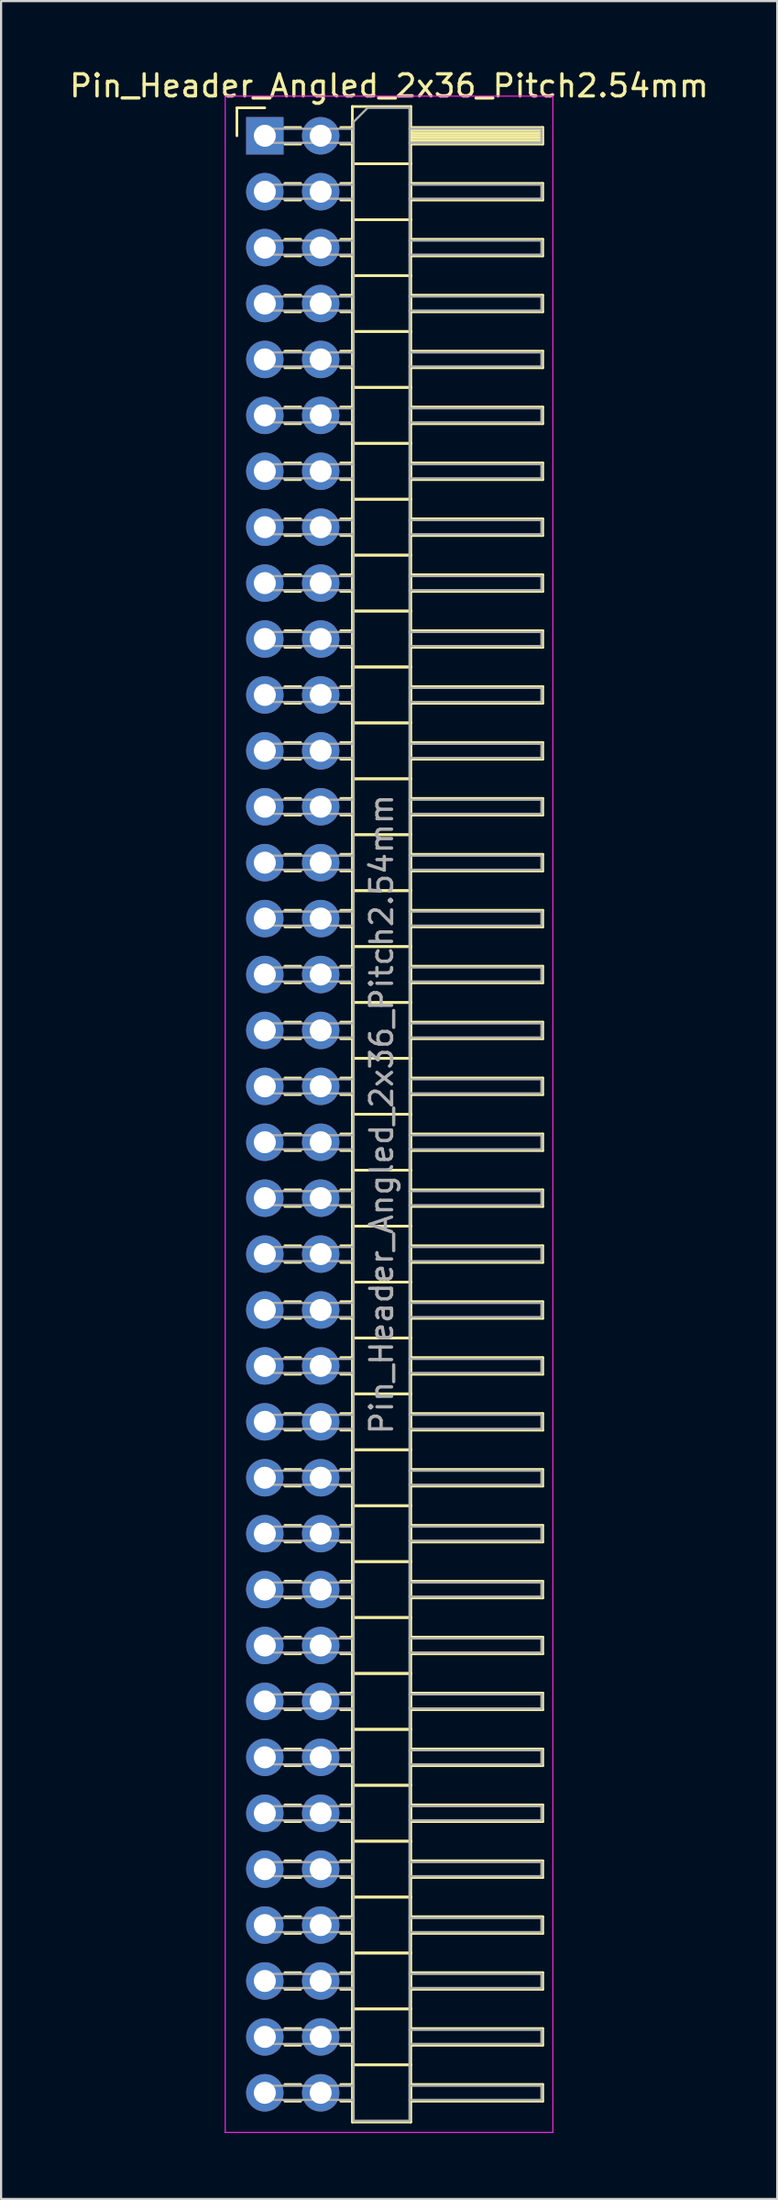
<source format=kicad_pcb>
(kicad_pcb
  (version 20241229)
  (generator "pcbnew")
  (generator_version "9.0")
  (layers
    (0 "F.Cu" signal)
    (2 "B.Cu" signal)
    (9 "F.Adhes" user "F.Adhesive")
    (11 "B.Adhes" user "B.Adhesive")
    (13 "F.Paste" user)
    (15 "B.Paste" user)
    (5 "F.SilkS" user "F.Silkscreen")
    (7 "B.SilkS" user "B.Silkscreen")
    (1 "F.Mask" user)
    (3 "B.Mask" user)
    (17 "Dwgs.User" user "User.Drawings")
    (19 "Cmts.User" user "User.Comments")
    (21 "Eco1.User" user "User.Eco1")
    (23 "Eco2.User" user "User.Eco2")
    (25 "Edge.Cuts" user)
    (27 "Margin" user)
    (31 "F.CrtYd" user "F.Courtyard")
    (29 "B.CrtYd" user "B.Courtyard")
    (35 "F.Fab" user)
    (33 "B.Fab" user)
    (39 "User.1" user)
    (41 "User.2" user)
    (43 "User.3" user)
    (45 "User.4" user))
  (footprint "Pin_Header_Angled_2x36_Pitch2.54mm"
    (layer "F.Cu")
    (at 8.994 3.118)
    (property "Reference" "Pin_Header_Angled_2x36_Pitch2.54mm" (at 5.655 -2.27 0) (layer "F.SilkS") (effects (font (size 1 1) (thickness 0.15))))
    (attr through_hole)
    (fp_line (start -1.27 -1.27) (end 0 -1.27) (stroke (width 0.12) (type solid)) (layer "F.SilkS"))
    (fp_line (start -1.27 0) (end -1.27 -1.27) (stroke (width 0.12) (type solid)) (layer "F.SilkS"))
    (fp_line (start 0.91 -0.38) (end 1.63 -0.38) (stroke (width 0.12) (type solid)) (layer "F.SilkS"))
    (fp_line (start 0.91 0.38) (end 1.63 0.38) (stroke (width 0.12) (type solid)) (layer "F.SilkS"))
    (fp_line (start 0.91 2.16) (end 1.63 2.16) (stroke (width 0.12) (type solid)) (layer "F.SilkS"))
    (fp_line (start 0.91 2.92) (end 1.63 2.92) (stroke (width 0.12) (type solid)) (layer "F.SilkS"))
    (fp_line (start 0.91 4.7) (end 1.63 4.7) (stroke (width 0.12) (type solid)) (layer "F.SilkS"))
    (fp_line (start 0.91 5.46) (end 1.63 5.46) (stroke (width 0.12) (type solid)) (layer "F.SilkS"))
    (fp_line (start 0.91 7.24) (end 1.63 7.24) (stroke (width 0.12) (type solid)) (layer "F.SilkS"))
    (fp_line (start 0.91 8) (end 1.63 8) (stroke (width 0.12) (type solid)) (layer "F.SilkS"))
    (fp_line (start 0.91 9.78) (end 1.63 9.78) (stroke (width 0.12) (type solid)) (layer "F.SilkS"))
    (fp_line (start 0.91 10.54) (end 1.63 10.54) (stroke (width 0.12) (type solid)) (layer "F.SilkS"))
    (fp_line (start 0.91 12.32) (end 1.63 12.32) (stroke (width 0.12) (type solid)) (layer "F.SilkS"))
    (fp_line (start 0.91 13.08) (end 1.63 13.08) (stroke (width 0.12) (type solid)) (layer "F.SilkS"))
    (fp_line (start 0.91 14.86) (end 1.63 14.86) (stroke (width 0.12) (type solid)) (layer "F.SilkS"))
    (fp_line (start 0.91 15.62) (end 1.63 15.62) (stroke (width 0.12) (type solid)) (layer "F.SilkS"))
    (fp_line (start 0.91 17.4) (end 1.63 17.4) (stroke (width 0.12) (type solid)) (layer "F.SilkS"))
    (fp_line (start 0.91 18.16) (end 1.63 18.16) (stroke (width 0.12) (type solid)) (layer "F.SilkS"))
    (fp_line (start 0.91 19.94) (end 1.63 19.94) (stroke (width 0.12) (type solid)) (layer "F.SilkS"))
    (fp_line (start 0.91 20.7) (end 1.63 20.7) (stroke (width 0.12) (type solid)) (layer "F.SilkS"))
    (fp_line (start 0.91 22.48) (end 1.63 22.48) (stroke (width 0.12) (type solid)) (layer "F.SilkS"))
    (fp_line (start 0.91 23.24) (end 1.63 23.24) (stroke (width 0.12) (type solid)) (layer "F.SilkS"))
    (fp_line (start 0.91 25.02) (end 1.63 25.02) (stroke (width 0.12) (type solid)) (layer "F.SilkS"))
    (fp_line (start 0.91 25.78) (end 1.63 25.78) (stroke (width 0.12) (type solid)) (layer "F.SilkS"))
    (fp_line (start 0.91 27.56) (end 1.63 27.56) (stroke (width 0.12) (type solid)) (layer "F.SilkS"))
    (fp_line (start 0.91 28.32) (end 1.63 28.32) (stroke (width 0.12) (type solid)) (layer "F.SilkS"))
    (fp_line (start 0.91 30.1) (end 1.63 30.1) (stroke (width 0.12) (type solid)) (layer "F.SilkS"))
    (fp_line (start 0.91 30.86) (end 1.63 30.86) (stroke (width 0.12) (type solid)) (layer "F.SilkS"))
    (fp_line (start 0.91 32.64) (end 1.63 32.64) (stroke (width 0.12) (type solid)) (layer "F.SilkS"))
    (fp_line (start 0.91 33.4) (end 1.63 33.4) (stroke (width 0.12) (type solid)) (layer "F.SilkS"))
    (fp_line (start 0.91 35.18) (end 1.63 35.18) (stroke (width 0.12) (type solid)) (layer "F.SilkS"))
    (fp_line (start 0.91 35.94) (end 1.63 35.94) (stroke (width 0.12) (type solid)) (layer "F.SilkS"))
    (fp_line (start 0.91 37.72) (end 1.63 37.72) (stroke (width 0.12) (type solid)) (layer "F.SilkS"))
    (fp_line (start 0.91 38.48) (end 1.63 38.48) (stroke (width 0.12) (type solid)) (layer "F.SilkS"))
    (fp_line (start 0.91 40.26) (end 1.63 40.26) (stroke (width 0.12) (type solid)) (layer "F.SilkS"))
    (fp_line (start 0.91 41.02) (end 1.63 41.02) (stroke (width 0.12) (type solid)) (layer "F.SilkS"))
    (fp_line (start 0.91 42.8) (end 1.63 42.8) (stroke (width 0.12) (type solid)) (layer "F.SilkS"))
    (fp_line (start 0.91 43.56) (end 1.63 43.56) (stroke (width 0.12) (type solid)) (layer "F.SilkS"))
    (fp_line (start 0.91 45.34) (end 1.63 45.34) (stroke (width 0.12) (type solid)) (layer "F.SilkS"))
    (fp_line (start 0.91 46.1) (end 1.63 46.1) (stroke (width 0.12) (type solid)) (layer "F.SilkS"))
    (fp_line (start 0.91 47.88) (end 1.63 47.88) (stroke (width 0.12) (type solid)) (layer "F.SilkS"))
    (fp_line (start 0.91 48.64) (end 1.63 48.64) (stroke (width 0.12) (type solid)) (layer "F.SilkS"))
    (fp_line (start 0.91 50.42) (end 1.63 50.42) (stroke (width 0.12) (type solid)) (layer "F.SilkS"))
    (fp_line (start 0.91 51.18) (end 1.63 51.18) (stroke (width 0.12) (type solid)) (layer "F.SilkS"))
    (fp_line (start 0.91 52.96) (end 1.63 52.96) (stroke (width 0.12) (type solid)) (layer "F.SilkS"))
    (fp_line (start 0.91 53.72) (end 1.63 53.72) (stroke (width 0.12) (type solid)) (layer "F.SilkS"))
    (fp_line (start 0.91 55.5) (end 1.63 55.5) (stroke (width 0.12) (type solid)) (layer "F.SilkS"))
    (fp_line (start 0.91 56.26) (end 1.63 56.26) (stroke (width 0.12) (type solid)) (layer "F.SilkS"))
    (fp_line (start 0.91 58.04) (end 1.63 58.04) (stroke (width 0.12) (type solid)) (layer "F.SilkS"))
    (fp_line (start 0.91 58.8) (end 1.63 58.8) (stroke (width 0.12) (type solid)) (layer "F.SilkS"))
    (fp_line (start 0.91 60.58) (end 1.63 60.58) (stroke (width 0.12) (type solid)) (layer "F.SilkS"))
    (fp_line (start 0.91 61.34) (end 1.63 61.34) (stroke (width 0.12) (type solid)) (layer "F.SilkS"))
    (fp_line (start 0.91 63.12) (end 1.63 63.12) (stroke (width 0.12) (type solid)) (layer "F.SilkS"))
    (fp_line (start 0.91 63.88) (end 1.63 63.88) (stroke (width 0.12) (type solid)) (layer "F.SilkS"))
    (fp_line (start 0.91 65.66) (end 1.63 65.66) (stroke (width 0.12) (type solid)) (layer "F.SilkS"))
    (fp_line (start 0.91 66.42) (end 1.63 66.42) (stroke (width 0.12) (type solid)) (layer "F.SilkS"))
    (fp_line (start 0.91 68.2) (end 1.63 68.2) (stroke (width 0.12) (type solid)) (layer "F.SilkS"))
    (fp_line (start 0.91 68.96) (end 1.63 68.96) (stroke (width 0.12) (type solid)) (layer "F.SilkS"))
    (fp_line (start 0.91 70.74) (end 1.63 70.74) (stroke (width 0.12) (type solid)) (layer "F.SilkS"))
    (fp_line (start 0.91 71.5) (end 1.63 71.5) (stroke (width 0.12) (type solid)) (layer "F.SilkS"))
    (fp_line (start 0.91 73.28) (end 1.63 73.28) (stroke (width 0.12) (type solid)) (layer "F.SilkS"))
    (fp_line (start 0.91 74.04) (end 1.63 74.04) (stroke (width 0.12) (type solid)) (layer "F.SilkS"))
    (fp_line (start 0.91 75.82) (end 1.63 75.82) (stroke (width 0.12) (type solid)) (layer "F.SilkS"))
    (fp_line (start 0.91 76.58) (end 1.63 76.58) (stroke (width 0.12) (type solid)) (layer "F.SilkS"))
    (fp_line (start 0.91 78.36) (end 1.63 78.36) (stroke (width 0.12) (type solid)) (layer "F.SilkS"))
    (fp_line (start 0.91 79.12) (end 1.63 79.12) (stroke (width 0.12) (type solid)) (layer "F.SilkS"))
    (fp_line (start 0.91 80.9) (end 1.63 80.9) (stroke (width 0.12) (type solid)) (layer "F.SilkS"))
    (fp_line (start 0.91 81.66) (end 1.63 81.66) (stroke (width 0.12) (type solid)) (layer "F.SilkS"))
    (fp_line (start 0.91 83.44) (end 1.63 83.44) (stroke (width 0.12) (type solid)) (layer "F.SilkS"))
    (fp_line (start 0.91 84.2) (end 1.63 84.2) (stroke (width 0.12) (type solid)) (layer "F.SilkS"))
    (fp_line (start 0.91 85.98) (end 1.63 85.98) (stroke (width 0.12) (type solid)) (layer "F.SilkS"))
    (fp_line (start 0.91 86.74) (end 1.63 86.74) (stroke (width 0.12) (type solid)) (layer "F.SilkS"))
    (fp_line (start 0.91 88.52) (end 1.63 88.52) (stroke (width 0.12) (type solid)) (layer "F.SilkS"))
    (fp_line (start 0.91 89.28) (end 1.63 89.28) (stroke (width 0.12) (type solid)) (layer "F.SilkS"))
    (fp_line (start 3.45 -0.38) (end 3.98 -0.38) (stroke (width 0.12) (type solid)) (layer "F.SilkS"))
    (fp_line (start 3.45 0.38) (end 3.98 0.38) (stroke (width 0.12) (type solid)) (layer "F.SilkS"))
    (fp_line (start 3.45 2.16) (end 3.98 2.16) (stroke (width 0.12) (type solid)) (layer "F.SilkS"))
    (fp_line (start 3.45 2.92) (end 3.98 2.92) (stroke (width 0.12) (type solid)) (layer "F.SilkS"))
    (fp_line (start 3.45 4.7) (end 3.98 4.7) (stroke (width 0.12) (type solid)) (layer "F.SilkS"))
    (fp_line (start 3.45 5.46) (end 3.98 5.46) (stroke (width 0.12) (type solid)) (layer "F.SilkS"))
    (fp_line (start 3.45 7.24) (end 3.98 7.24) (stroke (width 0.12) (type solid)) (layer "F.SilkS"))
    (fp_line (start 3.45 8) (end 3.98 8) (stroke (width 0.12) (type solid)) (layer "F.SilkS"))
    (fp_line (start 3.45 9.78) (end 3.98 9.78) (stroke (width 0.12) (type solid)) (layer "F.SilkS"))
    (fp_line (start 3.45 10.54) (end 3.98 10.54) (stroke (width 0.12) (type solid)) (layer "F.SilkS"))
    (fp_line (start 3.45 12.32) (end 3.98 12.32) (stroke (width 0.12) (type solid)) (layer "F.SilkS"))
    (fp_line (start 3.45 13.08) (end 3.98 13.08) (stroke (width 0.12) (type solid)) (layer "F.SilkS"))
    (fp_line (start 3.45 14.86) (end 3.98 14.86) (stroke (width 0.12) (type solid)) (layer "F.SilkS"))
    (fp_line (start 3.45 15.62) (end 3.98 15.62) (stroke (width 0.12) (type solid)) (layer "F.SilkS"))
    (fp_line (start 3.45 17.4) (end 3.98 17.4) (stroke (width 0.12) (type solid)) (layer "F.SilkS"))
    (fp_line (start 3.45 18.16) (end 3.98 18.16) (stroke (width 0.12) (type solid)) (layer "F.SilkS"))
    (fp_line (start 3.45 19.94) (end 3.98 19.94) (stroke (width 0.12) (type solid)) (layer "F.SilkS"))
    (fp_line (start 3.45 20.7) (end 3.98 20.7) (stroke (width 0.12) (type solid)) (layer "F.SilkS"))
    (fp_line (start 3.45 22.48) (end 3.98 22.48) (stroke (width 0.12) (type solid)) (layer "F.SilkS"))
    (fp_line (start 3.45 23.24) (end 3.98 23.24) (stroke (width 0.12) (type solid)) (layer "F.SilkS"))
    (fp_line (start 3.45 25.02) (end 3.98 25.02) (stroke (width 0.12) (type solid)) (layer "F.SilkS"))
    (fp_line (start 3.45 25.78) (end 3.98 25.78) (stroke (width 0.12) (type solid)) (layer "F.SilkS"))
    (fp_line (start 3.45 27.56) (end 3.98 27.56) (stroke (width 0.12) (type solid)) (layer "F.SilkS"))
    (fp_line (start 3.45 28.32) (end 3.98 28.32) (stroke (width 0.12) (type solid)) (layer "F.SilkS"))
    (fp_line (start 3.45 30.1) (end 3.98 30.1) (stroke (width 0.12) (type solid)) (layer "F.SilkS"))
    (fp_line (start 3.45 30.86) (end 3.98 30.86) (stroke (width 0.12) (type solid)) (layer "F.SilkS"))
    (fp_line (start 3.45 32.64) (end 3.98 32.64) (stroke (width 0.12) (type solid)) (layer "F.SilkS"))
    (fp_line (start 3.45 33.4) (end 3.98 33.4) (stroke (width 0.12) (type solid)) (layer "F.SilkS"))
    (fp_line (start 3.45 35.18) (end 3.98 35.18) (stroke (width 0.12) (type solid)) (layer "F.SilkS"))
    (fp_line (start 3.45 35.94) (end 3.98 35.94) (stroke (width 0.12) (type solid)) (layer "F.SilkS"))
    (fp_line (start 3.45 37.72) (end 3.98 37.72) (stroke (width 0.12) (type solid)) (layer "F.SilkS"))
    (fp_line (start 3.45 38.48) (end 3.98 38.48) (stroke (width 0.12) (type solid)) (layer "F.SilkS"))
    (fp_line (start 3.45 40.26) (end 3.98 40.26) (stroke (width 0.12) (type solid)) (layer "F.SilkS"))
    (fp_line (start 3.45 41.02) (end 3.98 41.02) (stroke (width 0.12) (type solid)) (layer "F.SilkS"))
    (fp_line (start 3.45 42.8) (end 3.98 42.8) (stroke (width 0.12) (type solid)) (layer "F.SilkS"))
    (fp_line (start 3.45 43.56) (end 3.98 43.56) (stroke (width 0.12) (type solid)) (layer "F.SilkS"))
    (fp_line (start 3.45 45.34) (end 3.98 45.34) (stroke (width 0.12) (type solid)) (layer "F.SilkS"))
    (fp_line (start 3.45 46.1) (end 3.98 46.1) (stroke (width 0.12) (type solid)) (layer "F.SilkS"))
    (fp_line (start 3.45 47.88) (end 3.98 47.88) (stroke (width 0.12) (type solid)) (layer "F.SilkS"))
    (fp_line (start 3.45 48.64) (end 3.98 48.64) (stroke (width 0.12) (type solid)) (layer "F.SilkS"))
    (fp_line (start 3.45 50.42) (end 3.98 50.42) (stroke (width 0.12) (type solid)) (layer "F.SilkS"))
    (fp_line (start 3.45 51.18) (end 3.98 51.18) (stroke (width 0.12) (type solid)) (layer "F.SilkS"))
    (fp_line (start 3.45 52.96) (end 3.98 52.96) (stroke (width 0.12) (type solid)) (layer "F.SilkS"))
    (fp_line (start 3.45 53.72) (end 3.98 53.72) (stroke (width 0.12) (type solid)) (layer "F.SilkS"))
    (fp_line (start 3.45 55.5) (end 3.98 55.5) (stroke (width 0.12) (type solid)) (layer "F.SilkS"))
    (fp_line (start 3.45 56.26) (end 3.98 56.26) (stroke (width 0.12) (type solid)) (layer "F.SilkS"))
    (fp_line (start 3.45 58.04) (end 3.98 58.04) (stroke (width 0.12) (type solid)) (layer "F.SilkS"))
    (fp_line (start 3.45 58.8) (end 3.98 58.8) (stroke (width 0.12) (type solid)) (layer "F.SilkS"))
    (fp_line (start 3.45 60.58) (end 3.98 60.58) (stroke (width 0.12) (type solid)) (layer "F.SilkS"))
    (fp_line (start 3.45 61.34) (end 3.98 61.34) (stroke (width 0.12) (type solid)) (layer "F.SilkS"))
    (fp_line (start 3.45 63.12) (end 3.98 63.12) (stroke (width 0.12) (type solid)) (layer "F.SilkS"))
    (fp_line (start 3.45 63.88) (end 3.98 63.88) (stroke (width 0.12) (type solid)) (layer "F.SilkS"))
    (fp_line (start 3.45 65.66) (end 3.98 65.66) (stroke (width 0.12) (type solid)) (layer "F.SilkS"))
    (fp_line (start 3.45 66.42) (end 3.98 66.42) (stroke (width 0.12) (type solid)) (layer "F.SilkS"))
    (fp_line (start 3.45 68.2) (end 3.98 68.2) (stroke (width 0.12) (type solid)) (layer "F.SilkS"))
    (fp_line (start 3.45 68.96) (end 3.98 68.96) (stroke (width 0.12) (type solid)) (layer "F.SilkS"))
    (fp_line (start 3.45 70.74) (end 3.98 70.74) (stroke (width 0.12) (type solid)) (layer "F.SilkS"))
    (fp_line (start 3.45 71.5) (end 3.98 71.5) (stroke (width 0.12) (type solid)) (layer "F.SilkS"))
    (fp_line (start 3.45 73.28) (end 3.98 73.28) (stroke (width 0.12) (type solid)) (layer "F.SilkS"))
    (fp_line (start 3.45 74.04) (end 3.98 74.04) (stroke (width 0.12) (type solid)) (layer "F.SilkS"))
    (fp_line (start 3.45 75.82) (end 3.98 75.82) (stroke (width 0.12) (type solid)) (layer "F.SilkS"))
    (fp_line (start 3.45 76.58) (end 3.98 76.58) (stroke (width 0.12) (type solid)) (layer "F.SilkS"))
    (fp_line (start 3.45 78.36) (end 3.98 78.36) (stroke (width 0.12) (type solid)) (layer "F.SilkS"))
    (fp_line (start 3.45 79.12) (end 3.98 79.12) (stroke (width 0.12) (type solid)) (layer "F.SilkS"))
    (fp_line (start 3.45 80.9) (end 3.98 80.9) (stroke (width 0.12) (type solid)) (layer "F.SilkS"))
    (fp_line (start 3.45 81.66) (end 3.98 81.66) (stroke (width 0.12) (type solid)) (layer "F.SilkS"))
    (fp_line (start 3.45 83.44) (end 3.98 83.44) (stroke (width 0.12) (type solid)) (layer "F.SilkS"))
    (fp_line (start 3.45 84.2) (end 3.98 84.2) (stroke (width 0.12) (type solid)) (layer "F.SilkS"))
    (fp_line (start 3.45 85.98) (end 3.98 85.98) (stroke (width 0.12) (type solid)) (layer "F.SilkS"))
    (fp_line (start 3.45 86.74) (end 3.98 86.74) (stroke (width 0.12) (type solid)) (layer "F.SilkS"))
    (fp_line (start 3.45 88.52) (end 3.98 88.52) (stroke (width 0.12) (type solid)) (layer "F.SilkS"))
    (fp_line (start 3.45 89.28) (end 3.98 89.28) (stroke (width 0.12) (type solid)) (layer "F.SilkS"))
    (fp_line (start 3.98 -1.33) (end 3.98 1.27) (stroke (width 0.12) (type solid)) (layer "F.SilkS"))
    (fp_line (start 3.98 1.27) (end 3.98 3.81) (stroke (width 0.12) (type solid)) (layer "F.SilkS"))
    (fp_line (start 3.98 1.27) (end 6.64 1.27) (stroke (width 0.12) (type solid)) (layer "F.SilkS"))
    (fp_line (start 3.98 3.81) (end 3.98 6.35) (stroke (width 0.12) (type solid)) (layer "F.SilkS"))
    (fp_line (start 3.98 3.81) (end 6.64 3.81) (stroke (width 0.12) (type solid)) (layer "F.SilkS"))
    (fp_line (start 3.98 6.35) (end 3.98 8.89) (stroke (width 0.12) (type solid)) (layer "F.SilkS"))
    (fp_line (start 3.98 6.35) (end 6.64 6.35) (stroke (width 0.12) (type solid)) (layer "F.SilkS"))
    (fp_line (start 3.98 8.89) (end 3.98 11.43) (stroke (width 0.12) (type solid)) (layer "F.SilkS"))
    (fp_line (start 3.98 8.89) (end 6.64 8.89) (stroke (width 0.12) (type solid)) (layer "F.SilkS"))
    (fp_line (start 3.98 11.43) (end 3.98 13.97) (stroke (width 0.12) (type solid)) (layer "F.SilkS"))
    (fp_line (start 3.98 11.43) (end 6.64 11.43) (stroke (width 0.12) (type solid)) (layer "F.SilkS"))
    (fp_line (start 3.98 13.97) (end 3.98 16.51) (stroke (width 0.12) (type solid)) (layer "F.SilkS"))
    (fp_line (start 3.98 13.97) (end 6.64 13.97) (stroke (width 0.12) (type solid)) (layer "F.SilkS"))
    (fp_line (start 3.98 16.51) (end 3.98 19.05) (stroke (width 0.12) (type solid)) (layer "F.SilkS"))
    (fp_line (start 3.98 16.51) (end 6.64 16.51) (stroke (width 0.12) (type solid)) (layer "F.SilkS"))
    (fp_line (start 3.98 19.05) (end 3.98 21.59) (stroke (width 0.12) (type solid)) (layer "F.SilkS"))
    (fp_line (start 3.98 19.05) (end 6.64 19.05) (stroke (width 0.12) (type solid)) (layer "F.SilkS"))
    (fp_line (start 3.98 21.59) (end 3.98 24.13) (stroke (width 0.12) (type solid)) (layer "F.SilkS"))
    (fp_line (start 3.98 21.59) (end 6.64 21.59) (stroke (width 0.12) (type solid)) (layer "F.SilkS"))
    (fp_line (start 3.98 24.13) (end 3.98 26.67) (stroke (width 0.12) (type solid)) (layer "F.SilkS"))
    (fp_line (start 3.98 24.13) (end 6.64 24.13) (stroke (width 0.12) (type solid)) (layer "F.SilkS"))
    (fp_line (start 3.98 26.67) (end 3.98 29.21) (stroke (width 0.12) (type solid)) (layer "F.SilkS"))
    (fp_line (start 3.98 26.67) (end 6.64 26.67) (stroke (width 0.12) (type solid)) (layer "F.SilkS"))
    (fp_line (start 3.98 29.21) (end 3.98 31.75) (stroke (width 0.12) (type solid)) (layer "F.SilkS"))
    (fp_line (start 3.98 29.21) (end 6.64 29.21) (stroke (width 0.12) (type solid)) (layer "F.SilkS"))
    (fp_line (start 3.98 31.75) (end 3.98 34.29) (stroke (width 0.12) (type solid)) (layer "F.SilkS"))
    (fp_line (start 3.98 31.75) (end 6.64 31.75) (stroke (width 0.12) (type solid)) (layer "F.SilkS"))
    (fp_line (start 3.98 34.29) (end 3.98 36.83) (stroke (width 0.12) (type solid)) (layer "F.SilkS"))
    (fp_line (start 3.98 34.29) (end 6.64 34.29) (stroke (width 0.12) (type solid)) (layer "F.SilkS"))
    (fp_line (start 3.98 36.83) (end 3.98 39.37) (stroke (width 0.12) (type solid)) (layer "F.SilkS"))
    (fp_line (start 3.98 36.83) (end 6.64 36.83) (stroke (width 0.12) (type solid)) (layer "F.SilkS"))
    (fp_line (start 3.98 39.37) (end 3.98 41.91) (stroke (width 0.12) (type solid)) (layer "F.SilkS"))
    (fp_line (start 3.98 39.37) (end 6.64 39.37) (stroke (width 0.12) (type solid)) (layer "F.SilkS"))
    (fp_line (start 3.98 41.91) (end 3.98 44.45) (stroke (width 0.12) (type solid)) (layer "F.SilkS"))
    (fp_line (start 3.98 41.91) (end 6.64 41.91) (stroke (width 0.12) (type solid)) (layer "F.SilkS"))
    (fp_line (start 3.98 44.45) (end 3.98 46.99) (stroke (width 0.12) (type solid)) (layer "F.SilkS"))
    (fp_line (start 3.98 44.45) (end 6.64 44.45) (stroke (width 0.12) (type solid)) (layer "F.SilkS"))
    (fp_line (start 3.98 46.99) (end 3.98 49.53) (stroke (width 0.12) (type solid)) (layer "F.SilkS"))
    (fp_line (start 3.98 46.99) (end 6.64 46.99) (stroke (width 0.12) (type solid)) (layer "F.SilkS"))
    (fp_line (start 3.98 49.53) (end 3.98 52.07) (stroke (width 0.12) (type solid)) (layer "F.SilkS"))
    (fp_line (start 3.98 49.53) (end 6.64 49.53) (stroke (width 0.12) (type solid)) (layer "F.SilkS"))
    (fp_line (start 3.98 52.07) (end 3.98 54.61) (stroke (width 0.12) (type solid)) (layer "F.SilkS"))
    (fp_line (start 3.98 52.07) (end 6.64 52.07) (stroke (width 0.12) (type solid)) (layer "F.SilkS"))
    (fp_line (start 3.98 54.61) (end 3.98 57.15) (stroke (width 0.12) (type solid)) (layer "F.SilkS"))
    (fp_line (start 3.98 54.61) (end 6.64 54.61) (stroke (width 0.12) (type solid)) (layer "F.SilkS"))
    (fp_line (start 3.98 57.15) (end 3.98 59.69) (stroke (width 0.12) (type solid)) (layer "F.SilkS"))
    (fp_line (start 3.98 57.15) (end 6.64 57.15) (stroke (width 0.12) (type solid)) (layer "F.SilkS"))
    (fp_line (start 3.98 59.69) (end 3.98 62.23) (stroke (width 0.12) (type solid)) (layer "F.SilkS"))
    (fp_line (start 3.98 59.69) (end 6.64 59.69) (stroke (width 0.12) (type solid)) (layer "F.SilkS"))
    (fp_line (start 3.98 62.23) (end 3.98 64.77) (stroke (width 0.12) (type solid)) (layer "F.SilkS"))
    (fp_line (start 3.98 62.23) (end 6.64 62.23) (stroke (width 0.12) (type solid)) (layer "F.SilkS"))
    (fp_line (start 3.98 64.77) (end 3.98 67.31) (stroke (width 0.12) (type solid)) (layer "F.SilkS"))
    (fp_line (start 3.98 64.77) (end 6.64 64.77) (stroke (width 0.12) (type solid)) (layer "F.SilkS"))
    (fp_line (start 3.98 67.31) (end 3.98 69.85) (stroke (width 0.12) (type solid)) (layer "F.SilkS"))
    (fp_line (start 3.98 67.31) (end 6.64 67.31) (stroke (width 0.12) (type solid)) (layer "F.SilkS"))
    (fp_line (start 3.98 69.85) (end 3.98 72.39) (stroke (width 0.12) (type solid)) (layer "F.SilkS"))
    (fp_line (start 3.98 69.85) (end 6.64 69.85) (stroke (width 0.12) (type solid)) (layer "F.SilkS"))
    (fp_line (start 3.98 72.39) (end 3.98 74.93) (stroke (width 0.12) (type solid)) (layer "F.SilkS"))
    (fp_line (start 3.98 72.39) (end 6.64 72.39) (stroke (width 0.12) (type solid)) (layer "F.SilkS"))
    (fp_line (start 3.98 74.93) (end 3.98 77.47) (stroke (width 0.12) (type solid)) (layer "F.SilkS"))
    (fp_line (start 3.98 74.93) (end 6.64 74.93) (stroke (width 0.12) (type solid)) (layer "F.SilkS"))
    (fp_line (start 3.98 77.47) (end 3.98 80.01) (stroke (width 0.12) (type solid)) (layer "F.SilkS"))
    (fp_line (start 3.98 77.47) (end 6.64 77.47) (stroke (width 0.12) (type solid)) (layer "F.SilkS"))
    (fp_line (start 3.98 80.01) (end 3.98 82.55) (stroke (width 0.12) (type solid)) (layer "F.SilkS"))
    (fp_line (start 3.98 80.01) (end 6.64 80.01) (stroke (width 0.12) (type solid)) (layer "F.SilkS"))
    (fp_line (start 3.98 82.55) (end 3.98 85.09) (stroke (width 0.12) (type solid)) (layer "F.SilkS"))
    (fp_line (start 3.98 82.55) (end 6.64 82.55) (stroke (width 0.12) (type solid)) (layer "F.SilkS"))
    (fp_line (start 3.98 85.09) (end 3.98 87.63) (stroke (width 0.12) (type solid)) (layer "F.SilkS"))
    (fp_line (start 3.98 85.09) (end 6.64 85.09) (stroke (width 0.12) (type solid)) (layer "F.SilkS"))
    (fp_line (start 3.98 87.63) (end 3.98 90.23) (stroke (width 0.12) (type solid)) (layer "F.SilkS"))
    (fp_line (start 3.98 87.63) (end 6.64 87.63) (stroke (width 0.12) (type solid)) (layer "F.SilkS"))
    (fp_line (start 3.98 90.23) (end 6.64 90.23) (stroke (width 0.12) (type solid)) (layer "F.SilkS"))
    (fp_line (start 6.64 -1.33) (end 3.98 -1.33) (stroke (width 0.12) (type solid)) (layer "F.SilkS"))
    (fp_line (start 6.64 -0.38) (end 6.64 0.38) (stroke (width 0.12) (type solid)) (layer "F.SilkS"))
    (fp_line (start 6.64 -0.26) (end 12.64 -0.26) (stroke (width 0.12) (type solid)) (layer "F.SilkS"))
    (fp_line (start 6.64 -0.14) (end 12.64 -0.14) (stroke (width 0.12) (type solid)) (layer "F.SilkS"))
    (fp_line (start 6.64 -0.02) (end 12.64 -0.02) (stroke (width 0.12) (type solid)) (layer "F.SilkS"))
    (fp_line (start 6.64 0.1) (end 12.64 0.1) (stroke (width 0.12) (type solid)) (layer "F.SilkS"))
    (fp_line (start 6.64 0.22) (end 12.64 0.22) (stroke (width 0.12) (type solid)) (layer "F.SilkS"))
    (fp_line (start 6.64 0.34) (end 12.64 0.34) (stroke (width 0.12) (type solid)) (layer "F.SilkS"))
    (fp_line (start 6.64 0.38) (end 12.64 0.38) (stroke (width 0.12) (type solid)) (layer "F.SilkS"))
    (fp_line (start 6.64 1.27) (end 3.98 1.27) (stroke (width 0.12) (type solid)) (layer "F.SilkS"))
    (fp_line (start 6.64 1.27) (end 6.64 -1.33) (stroke (width 0.12) (type solid)) (layer "F.SilkS"))
    (fp_line (start 6.64 2.16) (end 6.64 2.92) (stroke (width 0.12) (type solid)) (layer "F.SilkS"))
    (fp_line (start 6.64 2.92) (end 12.64 2.92) (stroke (width 0.12) (type solid)) (layer "F.SilkS"))
    (fp_line (start 6.64 3.81) (end 3.98 3.81) (stroke (width 0.12) (type solid)) (layer "F.SilkS"))
    (fp_line (start 6.64 3.81) (end 6.64 1.27) (stroke (width 0.12) (type solid)) (layer "F.SilkS"))
    (fp_line (start 6.64 4.7) (end 6.64 5.46) (stroke (width 0.12) (type solid)) (layer "F.SilkS"))
    (fp_line (start 6.64 5.46) (end 12.64 5.46) (stroke (width 0.12) (type solid)) (layer "F.SilkS"))
    (fp_line (start 6.64 6.35) (end 3.98 6.35) (stroke (width 0.12) (type solid)) (layer "F.SilkS"))
    (fp_line (start 6.64 6.35) (end 6.64 3.81) (stroke (width 0.12) (type solid)) (layer "F.SilkS"))
    (fp_line (start 6.64 7.24) (end 6.64 8) (stroke (width 0.12) (type solid)) (layer "F.SilkS"))
    (fp_line (start 6.64 8) (end 12.64 8) (stroke (width 0.12) (type solid)) (layer "F.SilkS"))
    (fp_line (start 6.64 8.89) (end 3.98 8.89) (stroke (width 0.12) (type solid)) (layer "F.SilkS"))
    (fp_line (start 6.64 8.89) (end 6.64 6.35) (stroke (width 0.12) (type solid)) (layer "F.SilkS"))
    (fp_line (start 6.64 9.78) (end 6.64 10.54) (stroke (width 0.12) (type solid)) (layer "F.SilkS"))
    (fp_line (start 6.64 10.54) (end 12.64 10.54) (stroke (width 0.12) (type solid)) (layer "F.SilkS"))
    (fp_line (start 6.64 11.43) (end 3.98 11.43) (stroke (width 0.12) (type solid)) (layer "F.SilkS"))
    (fp_line (start 6.64 11.43) (end 6.64 8.89) (stroke (width 0.12) (type solid)) (layer "F.SilkS"))
    (fp_line (start 6.64 12.32) (end 6.64 13.08) (stroke (width 0.12) (type solid)) (layer "F.SilkS"))
    (fp_line (start 6.64 13.08) (end 12.64 13.08) (stroke (width 0.12) (type solid)) (layer "F.SilkS"))
    (fp_line (start 6.64 13.97) (end 3.98 13.97) (stroke (width 0.12) (type solid)) (layer "F.SilkS"))
    (fp_line (start 6.64 13.97) (end 6.64 11.43) (stroke (width 0.12) (type solid)) (layer "F.SilkS"))
    (fp_line (start 6.64 14.86) (end 6.64 15.62) (stroke (width 0.12) (type solid)) (layer "F.SilkS"))
    (fp_line (start 6.64 15.62) (end 12.64 15.62) (stroke (width 0.12) (type solid)) (layer "F.SilkS"))
    (fp_line (start 6.64 16.51) (end 3.98 16.51) (stroke (width 0.12) (type solid)) (layer "F.SilkS"))
    (fp_line (start 6.64 16.51) (end 6.64 13.97) (stroke (width 0.12) (type solid)) (layer "F.SilkS"))
    (fp_line (start 6.64 17.4) (end 6.64 18.16) (stroke (width 0.12) (type solid)) (layer "F.SilkS"))
    (fp_line (start 6.64 18.16) (end 12.64 18.16) (stroke (width 0.12) (type solid)) (layer "F.SilkS"))
    (fp_line (start 6.64 19.05) (end 3.98 19.05) (stroke (width 0.12) (type solid)) (layer "F.SilkS"))
    (fp_line (start 6.64 19.05) (end 6.64 16.51) (stroke (width 0.12) (type solid)) (layer "F.SilkS"))
    (fp_line (start 6.64 19.94) (end 6.64 20.7) (stroke (width 0.12) (type solid)) (layer "F.SilkS"))
    (fp_line (start 6.64 20.7) (end 12.64 20.7) (stroke (width 0.12) (type solid)) (layer "F.SilkS"))
    (fp_line (start 6.64 21.59) (end 3.98 21.59) (stroke (width 0.12) (type solid)) (layer "F.SilkS"))
    (fp_line (start 6.64 21.59) (end 6.64 19.05) (stroke (width 0.12) (type solid)) (layer "F.SilkS"))
    (fp_line (start 6.64 22.48) (end 6.64 23.24) (stroke (width 0.12) (type solid)) (layer "F.SilkS"))
    (fp_line (start 6.64 23.24) (end 12.64 23.24) (stroke (width 0.12) (type solid)) (layer "F.SilkS"))
    (fp_line (start 6.64 24.13) (end 3.98 24.13) (stroke (width 0.12) (type solid)) (layer "F.SilkS"))
    (fp_line (start 6.64 24.13) (end 6.64 21.59) (stroke (width 0.12) (type solid)) (layer "F.SilkS"))
    (fp_line (start 6.64 25.02) (end 6.64 25.78) (stroke (width 0.12) (type solid)) (layer "F.SilkS"))
    (fp_line (start 6.64 25.78) (end 12.64 25.78) (stroke (width 0.12) (type solid)) (layer "F.SilkS"))
    (fp_line (start 6.64 26.67) (end 3.98 26.67) (stroke (width 0.12) (type solid)) (layer "F.SilkS"))
    (fp_line (start 6.64 26.67) (end 6.64 24.13) (stroke (width 0.12) (type solid)) (layer "F.SilkS"))
    (fp_line (start 6.64 27.56) (end 6.64 28.32) (stroke (width 0.12) (type solid)) (layer "F.SilkS"))
    (fp_line (start 6.64 28.32) (end 12.64 28.32) (stroke (width 0.12) (type solid)) (layer "F.SilkS"))
    (fp_line (start 6.64 29.21) (end 3.98 29.21) (stroke (width 0.12) (type solid)) (layer "F.SilkS"))
    (fp_line (start 6.64 29.21) (end 6.64 26.67) (stroke (width 0.12) (type solid)) (layer "F.SilkS"))
    (fp_line (start 6.64 30.1) (end 6.64 30.86) (stroke (width 0.12) (type solid)) (layer "F.SilkS"))
    (fp_line (start 6.64 30.86) (end 12.64 30.86) (stroke (width 0.12) (type solid)) (layer "F.SilkS"))
    (fp_line (start 6.64 31.75) (end 3.98 31.75) (stroke (width 0.12) (type solid)) (layer "F.SilkS"))
    (fp_line (start 6.64 31.75) (end 6.64 29.21) (stroke (width 0.12) (type solid)) (layer "F.SilkS"))
    (fp_line (start 6.64 32.64) (end 6.64 33.4) (stroke (width 0.12) (type solid)) (layer "F.SilkS"))
    (fp_line (start 6.64 33.4) (end 12.64 33.4) (stroke (width 0.12) (type solid)) (layer "F.SilkS"))
    (fp_line (start 6.64 34.29) (end 3.98 34.29) (stroke (width 0.12) (type solid)) (layer "F.SilkS"))
    (fp_line (start 6.64 34.29) (end 6.64 31.75) (stroke (width 0.12) (type solid)) (layer "F.SilkS"))
    (fp_line (start 6.64 35.18) (end 6.64 35.94) (stroke (width 0.12) (type solid)) (layer "F.SilkS"))
    (fp_line (start 6.64 35.94) (end 12.64 35.94) (stroke (width 0.12) (type solid)) (layer "F.SilkS"))
    (fp_line (start 6.64 36.83) (end 3.98 36.83) (stroke (width 0.12) (type solid)) (layer "F.SilkS"))
    (fp_line (start 6.64 36.83) (end 6.64 34.29) (stroke (width 0.12) (type solid)) (layer "F.SilkS"))
    (fp_line (start 6.64 37.72) (end 6.64 38.48) (stroke (width 0.12) (type solid)) (layer "F.SilkS"))
    (fp_line (start 6.64 38.48) (end 12.64 38.48) (stroke (width 0.12) (type solid)) (layer "F.SilkS"))
    (fp_line (start 6.64 39.37) (end 3.98 39.37) (stroke (width 0.12) (type solid)) (layer "F.SilkS"))
    (fp_line (start 6.64 39.37) (end 6.64 36.83) (stroke (width 0.12) (type solid)) (layer "F.SilkS"))
    (fp_line (start 6.64 40.26) (end 6.64 41.02) (stroke (width 0.12) (type solid)) (layer "F.SilkS"))
    (fp_line (start 6.64 41.02) (end 12.64 41.02) (stroke (width 0.12) (type solid)) (layer "F.SilkS"))
    (fp_line (start 6.64 41.91) (end 3.98 41.91) (stroke (width 0.12) (type solid)) (layer "F.SilkS"))
    (fp_line (start 6.64 41.91) (end 6.64 39.37) (stroke (width 0.12) (type solid)) (layer "F.SilkS"))
    (fp_line (start 6.64 42.8) (end 6.64 43.56) (stroke (width 0.12) (type solid)) (layer "F.SilkS"))
    (fp_line (start 6.64 43.56) (end 12.64 43.56) (stroke (width 0.12) (type solid)) (layer "F.SilkS"))
    (fp_line (start 6.64 44.45) (end 3.98 44.45) (stroke (width 0.12) (type solid)) (layer "F.SilkS"))
    (fp_line (start 6.64 44.45) (end 6.64 41.91) (stroke (width 0.12) (type solid)) (layer "F.SilkS"))
    (fp_line (start 6.64 45.34) (end 6.64 46.1) (stroke (width 0.12) (type solid)) (layer "F.SilkS"))
    (fp_line (start 6.64 46.1) (end 12.64 46.1) (stroke (width 0.12) (type solid)) (layer "F.SilkS"))
    (fp_line (start 6.64 46.99) (end 3.98 46.99) (stroke (width 0.12) (type solid)) (layer "F.SilkS"))
    (fp_line (start 6.64 46.99) (end 6.64 44.45) (stroke (width 0.12) (type solid)) (layer "F.SilkS"))
    (fp_line (start 6.64 47.88) (end 6.64 48.64) (stroke (width 0.12) (type solid)) (layer "F.SilkS"))
    (fp_line (start 6.64 48.64) (end 12.64 48.64) (stroke (width 0.12) (type solid)) (layer "F.SilkS"))
    (fp_line (start 6.64 49.53) (end 3.98 49.53) (stroke (width 0.12) (type solid)) (layer "F.SilkS"))
    (fp_line (start 6.64 49.53) (end 6.64 46.99) (stroke (width 0.12) (type solid)) (layer "F.SilkS"))
    (fp_line (start 6.64 50.42) (end 6.64 51.18) (stroke (width 0.12) (type solid)) (layer "F.SilkS"))
    (fp_line (start 6.64 51.18) (end 12.64 51.18) (stroke (width 0.12) (type solid)) (layer "F.SilkS"))
    (fp_line (start 6.64 52.07) (end 3.98 52.07) (stroke (width 0.12) (type solid)) (layer "F.SilkS"))
    (fp_line (start 6.64 52.07) (end 6.64 49.53) (stroke (width 0.12) (type solid)) (layer "F.SilkS"))
    (fp_line (start 6.64 52.96) (end 6.64 53.72) (stroke (width 0.12) (type solid)) (layer "F.SilkS"))
    (fp_line (start 6.64 53.72) (end 12.64 53.72) (stroke (width 0.12) (type solid)) (layer "F.SilkS"))
    (fp_line (start 6.64 54.61) (end 3.98 54.61) (stroke (width 0.12) (type solid)) (layer "F.SilkS"))
    (fp_line (start 6.64 54.61) (end 6.64 52.07) (stroke (width 0.12) (type solid)) (layer "F.SilkS"))
    (fp_line (start 6.64 55.5) (end 6.64 56.26) (stroke (width 0.12) (type solid)) (layer "F.SilkS"))
    (fp_line (start 6.64 56.26) (end 12.64 56.26) (stroke (width 0.12) (type solid)) (layer "F.SilkS"))
    (fp_line (start 6.64 57.15) (end 3.98 57.15) (stroke (width 0.12) (type solid)) (layer "F.SilkS"))
    (fp_line (start 6.64 57.15) (end 6.64 54.61) (stroke (width 0.12) (type solid)) (layer "F.SilkS"))
    (fp_line (start 6.64 58.04) (end 6.64 58.8) (stroke (width 0.12) (type solid)) (layer "F.SilkS"))
    (fp_line (start 6.64 58.8) (end 12.64 58.8) (stroke (width 0.12) (type solid)) (layer "F.SilkS"))
    (fp_line (start 6.64 59.69) (end 3.98 59.69) (stroke (width 0.12) (type solid)) (layer "F.SilkS"))
    (fp_line (start 6.64 59.69) (end 6.64 57.15) (stroke (width 0.12) (type solid)) (layer "F.SilkS"))
    (fp_line (start 6.64 60.58) (end 6.64 61.34) (stroke (width 0.12) (type solid)) (layer "F.SilkS"))
    (fp_line (start 6.64 61.34) (end 12.64 61.34) (stroke (width 0.12) (type solid)) (layer "F.SilkS"))
    (fp_line (start 6.64 62.23) (end 3.98 62.23) (stroke (width 0.12) (type solid)) (layer "F.SilkS"))
    (fp_line (start 6.64 62.23) (end 6.64 59.69) (stroke (width 0.12) (type solid)) (layer "F.SilkS"))
    (fp_line (start 6.64 63.12) (end 6.64 63.88) (stroke (width 0.12) (type solid)) (layer "F.SilkS"))
    (fp_line (start 6.64 63.88) (end 12.64 63.88) (stroke (width 0.12) (type solid)) (layer "F.SilkS"))
    (fp_line (start 6.64 64.77) (end 3.98 64.77) (stroke (width 0.12) (type solid)) (layer "F.SilkS"))
    (fp_line (start 6.64 64.77) (end 6.64 62.23) (stroke (width 0.12) (type solid)) (layer "F.SilkS"))
    (fp_line (start 6.64 65.66) (end 6.64 66.42) (stroke (width 0.12) (type solid)) (layer "F.SilkS"))
    (fp_line (start 6.64 66.42) (end 12.64 66.42) (stroke (width 0.12) (type solid)) (layer "F.SilkS"))
    (fp_line (start 6.64 67.31) (end 3.98 67.31) (stroke (width 0.12) (type solid)) (layer "F.SilkS"))
    (fp_line (start 6.64 67.31) (end 6.64 64.77) (stroke (width 0.12) (type solid)) (layer "F.SilkS"))
    (fp_line (start 6.64 68.2) (end 6.64 68.96) (stroke (width 0.12) (type solid)) (layer "F.SilkS"))
    (fp_line (start 6.64 68.96) (end 12.64 68.96) (stroke (width 0.12) (type solid)) (layer "F.SilkS"))
    (fp_line (start 6.64 69.85) (end 3.98 69.85) (stroke (width 0.12) (type solid)) (layer "F.SilkS"))
    (fp_line (start 6.64 69.85) (end 6.64 67.31) (stroke (width 0.12) (type solid)) (layer "F.SilkS"))
    (fp_line (start 6.64 70.74) (end 6.64 71.5) (stroke (width 0.12) (type solid)) (layer "F.SilkS"))
    (fp_line (start 6.64 71.5) (end 12.64 71.5) (stroke (width 0.12) (type solid)) (layer "F.SilkS"))
    (fp_line (start 6.64 72.39) (end 3.98 72.39) (stroke (width 0.12) (type solid)) (layer "F.SilkS"))
    (fp_line (start 6.64 72.39) (end 6.64 69.85) (stroke (width 0.12) (type solid)) (layer "F.SilkS"))
    (fp_line (start 6.64 73.28) (end 6.64 74.04) (stroke (width 0.12) (type solid)) (layer "F.SilkS"))
    (fp_line (start 6.64 74.04) (end 12.64 74.04) (stroke (width 0.12) (type solid)) (layer "F.SilkS"))
    (fp_line (start 6.64 74.93) (end 3.98 74.93) (stroke (width 0.12) (type solid)) (layer "F.SilkS"))
    (fp_line (start 6.64 74.93) (end 6.64 72.39) (stroke (width 0.12) (type solid)) (layer "F.SilkS"))
    (fp_line (start 6.64 75.82) (end 6.64 76.58) (stroke (width 0.12) (type solid)) (layer "F.SilkS"))
    (fp_line (start 6.64 76.58) (end 12.64 76.58) (stroke (width 0.12) (type solid)) (layer "F.SilkS"))
    (fp_line (start 6.64 77.47) (end 3.98 77.47) (stroke (width 0.12) (type solid)) (layer "F.SilkS"))
    (fp_line (start 6.64 77.47) (end 6.64 74.93) (stroke (width 0.12) (type solid)) (layer "F.SilkS"))
    (fp_line (start 6.64 78.36) (end 6.64 79.12) (stroke (width 0.12) (type solid)) (layer "F.SilkS"))
    (fp_line (start 6.64 79.12) (end 12.64 79.12) (stroke (width 0.12) (type solid)) (layer "F.SilkS"))
    (fp_line (start 6.64 80.01) (end 3.98 80.01) (stroke (width 0.12) (type solid)) (layer "F.SilkS"))
    (fp_line (start 6.64 80.01) (end 6.64 77.47) (stroke (width 0.12) (type solid)) (layer "F.SilkS"))
    (fp_line (start 6.64 80.9) (end 6.64 81.66) (stroke (width 0.12) (type solid)) (layer "F.SilkS"))
    (fp_line (start 6.64 81.66) (end 12.64 81.66) (stroke (width 0.12) (type solid)) (layer "F.SilkS"))
    (fp_line (start 6.64 82.55) (end 3.98 82.55) (stroke (width 0.12) (type solid)) (layer "F.SilkS"))
    (fp_line (start 6.64 82.55) (end 6.64 80.01) (stroke (width 0.12) (type solid)) (layer "F.SilkS"))
    (fp_line (start 6.64 83.44) (end 6.64 84.2) (stroke (width 0.12) (type solid)) (layer "F.SilkS"))
    (fp_line (start 6.64 84.2) (end 12.64 84.2) (stroke (width 0.12) (type solid)) (layer "F.SilkS"))
    (fp_line (start 6.64 85.09) (end 3.98 85.09) (stroke (width 0.12) (type solid)) (layer "F.SilkS"))
    (fp_line (start 6.64 85.09) (end 6.64 82.55) (stroke (width 0.12) (type solid)) (layer "F.SilkS"))
    (fp_line (start 6.64 85.98) (end 6.64 86.74) (stroke (width 0.12) (type solid)) (layer "F.SilkS"))
    (fp_line (start 6.64 86.74) (end 12.64 86.74) (stroke (width 0.12) (type solid)) (layer "F.SilkS"))
    (fp_line (start 6.64 87.63) (end 3.98 87.63) (stroke (width 0.12) (type solid)) (layer "F.SilkS"))
    (fp_line (start 6.64 87.63) (end 6.64 85.09) (stroke (width 0.12) (type solid)) (layer "F.SilkS"))
    (fp_line (start 6.64 88.52) (end 6.64 89.28) (stroke (width 0.12) (type solid)) (layer "F.SilkS"))
    (fp_line (start 6.64 89.28) (end 12.64 89.28) (stroke (width 0.12) (type solid)) (layer "F.SilkS"))
    (fp_line (start 6.64 90.23) (end 6.64 87.63) (stroke (width 0.12) (type solid)) (layer "F.SilkS"))
    (fp_line (start 12.64 -0.38) (end 6.64 -0.38) (stroke (width 0.12) (type solid)) (layer "F.SilkS"))
    (fp_line (start 12.64 0.38) (end 12.64 -0.38) (stroke (width 0.12) (type solid)) (layer "F.SilkS"))
    (fp_line (start 12.64 2.16) (end 6.64 2.16) (stroke (width 0.12) (type solid)) (layer "F.SilkS"))
    (fp_line (start 12.64 2.92) (end 12.64 2.16) (stroke (width 0.12) (type solid)) (layer "F.SilkS"))
    (fp_line (start 12.64 4.7) (end 6.64 4.7) (stroke (width 0.12) (type solid)) (layer "F.SilkS"))
    (fp_line (start 12.64 5.46) (end 12.64 4.7) (stroke (width 0.12) (type solid)) (layer "F.SilkS"))
    (fp_line (start 12.64 7.24) (end 6.64 7.24) (stroke (width 0.12) (type solid)) (layer "F.SilkS"))
    (fp_line (start 12.64 8) (end 12.64 7.24) (stroke (width 0.12) (type solid)) (layer "F.SilkS"))
    (fp_line (start 12.64 9.78) (end 6.64 9.78) (stroke (width 0.12) (type solid)) (layer "F.SilkS"))
    (fp_line (start 12.64 10.54) (end 12.64 9.78) (stroke (width 0.12) (type solid)) (layer "F.SilkS"))
    (fp_line (start 12.64 12.32) (end 6.64 12.32) (stroke (width 0.12) (type solid)) (layer "F.SilkS"))
    (fp_line (start 12.64 13.08) (end 12.64 12.32) (stroke (width 0.12) (type solid)) (layer "F.SilkS"))
    (fp_line (start 12.64 14.86) (end 6.64 14.86) (stroke (width 0.12) (type solid)) (layer "F.SilkS"))
    (fp_line (start 12.64 15.62) (end 12.64 14.86) (stroke (width 0.12) (type solid)) (layer "F.SilkS"))
    (fp_line (start 12.64 17.4) (end 6.64 17.4) (stroke (width 0.12) (type solid)) (layer "F.SilkS"))
    (fp_line (start 12.64 18.16) (end 12.64 17.4) (stroke (width 0.12) (type solid)) (layer "F.SilkS"))
    (fp_line (start 12.64 19.94) (end 6.64 19.94) (stroke (width 0.12) (type solid)) (layer "F.SilkS"))
    (fp_line (start 12.64 20.7) (end 12.64 19.94) (stroke (width 0.12) (type solid)) (layer "F.SilkS"))
    (fp_line (start 12.64 22.48) (end 6.64 22.48) (stroke (width 0.12) (type solid)) (layer "F.SilkS"))
    (fp_line (start 12.64 23.24) (end 12.64 22.48) (stroke (width 0.12) (type solid)) (layer "F.SilkS"))
    (fp_line (start 12.64 25.02) (end 6.64 25.02) (stroke (width 0.12) (type solid)) (layer "F.SilkS"))
    (fp_line (start 12.64 25.78) (end 12.64 25.02) (stroke (width 0.12) (type solid)) (layer "F.SilkS"))
    (fp_line (start 12.64 27.56) (end 6.64 27.56) (stroke (width 0.12) (type solid)) (layer "F.SilkS"))
    (fp_line (start 12.64 28.32) (end 12.64 27.56) (stroke (width 0.12) (type solid)) (layer "F.SilkS"))
    (fp_line (start 12.64 30.1) (end 6.64 30.1) (stroke (width 0.12) (type solid)) (layer "F.SilkS"))
    (fp_line (start 12.64 30.86) (end 12.64 30.1) (stroke (width 0.12) (type solid)) (layer "F.SilkS"))
    (fp_line (start 12.64 32.64) (end 6.64 32.64) (stroke (width 0.12) (type solid)) (layer "F.SilkS"))
    (fp_line (start 12.64 33.4) (end 12.64 32.64) (stroke (width 0.12) (type solid)) (layer "F.SilkS"))
    (fp_line (start 12.64 35.18) (end 6.64 35.18) (stroke (width 0.12) (type solid)) (layer "F.SilkS"))
    (fp_line (start 12.64 35.94) (end 12.64 35.18) (stroke (width 0.12) (type solid)) (layer "F.SilkS"))
    (fp_line (start 12.64 37.72) (end 6.64 37.72) (stroke (width 0.12) (type solid)) (layer "F.SilkS"))
    (fp_line (start 12.64 38.48) (end 12.64 37.72) (stroke (width 0.12) (type solid)) (layer "F.SilkS"))
    (fp_line (start 12.64 40.26) (end 6.64 40.26) (stroke (width 0.12) (type solid)) (layer "F.SilkS"))
    (fp_line (start 12.64 41.02) (end 12.64 40.26) (stroke (width 0.12) (type solid)) (layer "F.SilkS"))
    (fp_line (start 12.64 42.8) (end 6.64 42.8) (stroke (width 0.12) (type solid)) (layer "F.SilkS"))
    (fp_line (start 12.64 43.56) (end 12.64 42.8) (stroke (width 0.12) (type solid)) (layer "F.SilkS"))
    (fp_line (start 12.64 45.34) (end 6.64 45.34) (stroke (width 0.12) (type solid)) (layer "F.SilkS"))
    (fp_line (start 12.64 46.1) (end 12.64 45.34) (stroke (width 0.12) (type solid)) (layer "F.SilkS"))
    (fp_line (start 12.64 47.88) (end 6.64 47.88) (stroke (width 0.12) (type solid)) (layer "F.SilkS"))
    (fp_line (start 12.64 48.64) (end 12.64 47.88) (stroke (width 0.12) (type solid)) (layer "F.SilkS"))
    (fp_line (start 12.64 50.42) (end 6.64 50.42) (stroke (width 0.12) (type solid)) (layer "F.SilkS"))
    (fp_line (start 12.64 51.18) (end 12.64 50.42) (stroke (width 0.12) (type solid)) (layer "F.SilkS"))
    (fp_line (start 12.64 52.96) (end 6.64 52.96) (stroke (width 0.12) (type solid)) (layer "F.SilkS"))
    (fp_line (start 12.64 53.72) (end 12.64 52.96) (stroke (width 0.12) (type solid)) (layer "F.SilkS"))
    (fp_line (start 12.64 55.5) (end 6.64 55.5) (stroke (width 0.12) (type solid)) (layer "F.SilkS"))
    (fp_line (start 12.64 56.26) (end 12.64 55.5) (stroke (width 0.12) (type solid)) (layer "F.SilkS"))
    (fp_line (start 12.64 58.04) (end 6.64 58.04) (stroke (width 0.12) (type solid)) (layer "F.SilkS"))
    (fp_line (start 12.64 58.8) (end 12.64 58.04) (stroke (width 0.12) (type solid)) (layer "F.SilkS"))
    (fp_line (start 12.64 60.58) (end 6.64 60.58) (stroke (width 0.12) (type solid)) (layer "F.SilkS"))
    (fp_line (start 12.64 61.34) (end 12.64 60.58) (stroke (width 0.12) (type solid)) (layer "F.SilkS"))
    (fp_line (start 12.64 63.12) (end 6.64 63.12) (stroke (width 0.12) (type solid)) (layer "F.SilkS"))
    (fp_line (start 12.64 63.88) (end 12.64 63.12) (stroke (width 0.12) (type solid)) (layer "F.SilkS"))
    (fp_line (start 12.64 65.66) (end 6.64 65.66) (stroke (width 0.12) (type solid)) (layer "F.SilkS"))
    (fp_line (start 12.64 66.42) (end 12.64 65.66) (stroke (width 0.12) (type solid)) (layer "F.SilkS"))
    (fp_line (start 12.64 68.2) (end 6.64 68.2) (stroke (width 0.12) (type solid)) (layer "F.SilkS"))
    (fp_line (start 12.64 68.96) (end 12.64 68.2) (stroke (width 0.12) (type solid)) (layer "F.SilkS"))
    (fp_line (start 12.64 70.74) (end 6.64 70.74) (stroke (width 0.12) (type solid)) (layer "F.SilkS"))
    (fp_line (start 12.64 71.5) (end 12.64 70.74) (stroke (width 0.12) (type solid)) (layer "F.SilkS"))
    (fp_line (start 12.64 73.28) (end 6.64 73.28) (stroke (width 0.12) (type solid)) (layer "F.SilkS"))
    (fp_line (start 12.64 74.04) (end 12.64 73.28) (stroke (width 0.12) (type solid)) (layer "F.SilkS"))
    (fp_line (start 12.64 75.82) (end 6.64 75.82) (stroke (width 0.12) (type solid)) (layer "F.SilkS"))
    (fp_line (start 12.64 76.58) (end 12.64 75.82) (stroke (width 0.12) (type solid)) (layer "F.SilkS"))
    (fp_line (start 12.64 78.36) (end 6.64 78.36) (stroke (width 0.12) (type solid)) (layer "F.SilkS"))
    (fp_line (start 12.64 79.12) (end 12.64 78.36) (stroke (width 0.12) (type solid)) (layer "F.SilkS"))
    (fp_line (start 12.64 80.9) (end 6.64 80.9) (stroke (width 0.12) (type solid)) (layer "F.SilkS"))
    (fp_line (start 12.64 81.66) (end 12.64 80.9) (stroke (width 0.12) (type solid)) (layer "F.SilkS"))
    (fp_line (start 12.64 83.44) (end 6.64 83.44) (stroke (width 0.12) (type solid)) (layer "F.SilkS"))
    (fp_line (start 12.64 84.2) (end 12.64 83.44) (stroke (width 0.12) (type solid)) (layer "F.SilkS"))
    (fp_line (start 12.64 85.98) (end 6.64 85.98) (stroke (width 0.12) (type solid)) (layer "F.SilkS"))
    (fp_line (start 12.64 86.74) (end 12.64 85.98) (stroke (width 0.12) (type solid)) (layer "F.SilkS"))
    (fp_line (start 12.64 88.52) (end 6.64 88.52) (stroke (width 0.12) (type solid)) (layer "F.SilkS"))
    (fp_line (start 12.64 89.28) (end 12.64 88.52) (stroke (width 0.12) (type solid)) (layer "F.SilkS"))
    (fp_line (start -1.8 -1.8) (end -1.8 90.7) (stroke (width 0.05) (type solid)) (layer "F.CrtYd"))
    (fp_line (start -1.8 90.7) (end 13.1 90.7) (stroke (width 0.05) (type solid)) (layer "F.CrtYd"))
    (fp_line (start 13.1 -1.8) (end -1.8 -1.8) (stroke (width 0.05) (type solid)) (layer "F.CrtYd"))
    (fp_line (start 13.1 90.7) (end 13.1 -1.8) (stroke (width 0.05) (type solid)) (layer "F.CrtYd"))
    (fp_line (start -0.32 -0.32) (end -0.32 0.32) (stroke (width 0.1) (type solid)) (layer "F.Fab"))
    (fp_line (start -0.32 -0.32) (end 4.04 -0.32) (stroke (width 0.1) (type solid)) (layer "F.Fab"))
    (fp_line (start -0.32 0.32) (end 4.04 0.32) (stroke (width 0.1) (type solid)) (layer "F.Fab"))
    (fp_line (start -0.32 2.22) (end -0.32 2.86) (stroke (width 0.1) (type solid)) (layer "F.Fab"))
    (fp_line (start -0.32 2.22) (end 4.04 2.22) (stroke (width 0.1) (type solid)) (layer "F.Fab"))
    (fp_line (start -0.32 2.86) (end 4.04 2.86) (stroke (width 0.1) (type solid)) (layer "F.Fab"))
    (fp_line (start -0.32 4.76) (end -0.32 5.4) (stroke (width 0.1) (type solid)) (layer "F.Fab"))
    (fp_line (start -0.32 4.76) (end 4.04 4.76) (stroke (width 0.1) (type solid)) (layer "F.Fab"))
    (fp_line (start -0.32 5.4) (end 4.04 5.4) (stroke (width 0.1) (type solid)) (layer "F.Fab"))
    (fp_line (start -0.32 7.3) (end -0.32 7.94) (stroke (width 0.1) (type solid)) (layer "F.Fab"))
    (fp_line (start -0.32 7.3) (end 4.04 7.3) (stroke (width 0.1) (type solid)) (layer "F.Fab"))
    (fp_line (start -0.32 7.94) (end 4.04 7.94) (stroke (width 0.1) (type solid)) (layer "F.Fab"))
    (fp_line (start -0.32 9.84) (end -0.32 10.48) (stroke (width 0.1) (type solid)) (layer "F.Fab"))
    (fp_line (start -0.32 9.84) (end 4.04 9.84) (stroke (width 0.1) (type solid)) (layer "F.Fab"))
    (fp_line (start -0.32 10.48) (end 4.04 10.48) (stroke (width 0.1) (type solid)) (layer "F.Fab"))
    (fp_line (start -0.32 12.38) (end -0.32 13.02) (stroke (width 0.1) (type solid)) (layer "F.Fab"))
    (fp_line (start -0.32 12.38) (end 4.04 12.38) (stroke (width 0.1) (type solid)) (layer "F.Fab"))
    (fp_line (start -0.32 13.02) (end 4.04 13.02) (stroke (width 0.1) (type solid)) (layer "F.Fab"))
    (fp_line (start -0.32 14.92) (end -0.32 15.56) (stroke (width 0.1) (type solid)) (layer "F.Fab"))
    (fp_line (start -0.32 14.92) (end 4.04 14.92) (stroke (width 0.1) (type solid)) (layer "F.Fab"))
    (fp_line (start -0.32 15.56) (end 4.04 15.56) (stroke (width 0.1) (type solid)) (layer "F.Fab"))
    (fp_line (start -0.32 17.46) (end -0.32 18.1) (stroke (width 0.1) (type solid)) (layer "F.Fab"))
    (fp_line (start -0.32 17.46) (end 4.04 17.46) (stroke (width 0.1) (type solid)) (layer "F.Fab"))
    (fp_line (start -0.32 18.1) (end 4.04 18.1) (stroke (width 0.1) (type solid)) (layer "F.Fab"))
    (fp_line (start -0.32 20) (end -0.32 20.64) (stroke (width 0.1) (type solid)) (layer "F.Fab"))
    (fp_line (start -0.32 20) (end 4.04 20) (stroke (width 0.1) (type solid)) (layer "F.Fab"))
    (fp_line (start -0.32 20.64) (end 4.04 20.64) (stroke (width 0.1) (type solid)) (layer "F.Fab"))
    (fp_line (start -0.32 22.54) (end -0.32 23.18) (stroke (width 0.1) (type solid)) (layer "F.Fab"))
    (fp_line (start -0.32 22.54) (end 4.04 22.54) (stroke (width 0.1) (type solid)) (layer "F.Fab"))
    (fp_line (start -0.32 23.18) (end 4.04 23.18) (stroke (width 0.1) (type solid)) (layer "F.Fab"))
    (fp_line (start -0.32 25.08) (end -0.32 25.72) (stroke (width 0.1) (type solid)) (layer "F.Fab"))
    (fp_line (start -0.32 25.08) (end 4.04 25.08) (stroke (width 0.1) (type solid)) (layer "F.Fab"))
    (fp_line (start -0.32 25.72) (end 4.04 25.72) (stroke (width 0.1) (type solid)) (layer "F.Fab"))
    (fp_line (start -0.32 27.62) (end -0.32 28.26) (stroke (width 0.1) (type solid)) (layer "F.Fab"))
    (fp_line (start -0.32 27.62) (end 4.04 27.62) (stroke (width 0.1) (type solid)) (layer "F.Fab"))
    (fp_line (start -0.32 28.26) (end 4.04 28.26) (stroke (width 0.1) (type solid)) (layer "F.Fab"))
    (fp_line (start -0.32 30.16) (end -0.32 30.8) (stroke (width 0.1) (type solid)) (layer "F.Fab"))
    (fp_line (start -0.32 30.16) (end 4.04 30.16) (stroke (width 0.1) (type solid)) (layer "F.Fab"))
    (fp_line (start -0.32 30.8) (end 4.04 30.8) (stroke (width 0.1) (type solid)) (layer "F.Fab"))
    (fp_line (start -0.32 32.7) (end -0.32 33.34) (stroke (width 0.1) (type solid)) (layer "F.Fab"))
    (fp_line (start -0.32 32.7) (end 4.04 32.7) (stroke (width 0.1) (type solid)) (layer "F.Fab"))
    (fp_line (start -0.32 33.34) (end 4.04 33.34) (stroke (width 0.1) (type solid)) (layer "F.Fab"))
    (fp_line (start -0.32 35.24) (end -0.32 35.88) (stroke (width 0.1) (type solid)) (layer "F.Fab"))
    (fp_line (start -0.32 35.24) (end 4.04 35.24) (stroke (width 0.1) (type solid)) (layer "F.Fab"))
    (fp_line (start -0.32 35.88) (end 4.04 35.88) (stroke (width 0.1) (type solid)) (layer "F.Fab"))
    (fp_line (start -0.32 37.78) (end -0.32 38.42) (stroke (width 0.1) (type solid)) (layer "F.Fab"))
    (fp_line (start -0.32 37.78) (end 4.04 37.78) (stroke (width 0.1) (type solid)) (layer "F.Fab"))
    (fp_line (start -0.32 38.42) (end 4.04 38.42) (stroke (width 0.1) (type solid)) (layer "F.Fab"))
    (fp_line (start -0.32 40.32) (end -0.32 40.96) (stroke (width 0.1) (type solid)) (layer "F.Fab"))
    (fp_line (start -0.32 40.32) (end 4.04 40.32) (stroke (width 0.1) (type solid)) (layer "F.Fab"))
    (fp_line (start -0.32 40.96) (end 4.04 40.96) (stroke (width 0.1) (type solid)) (layer "F.Fab"))
    (fp_line (start -0.32 42.86) (end -0.32 43.5) (stroke (width 0.1) (type solid)) (layer "F.Fab"))
    (fp_line (start -0.32 42.86) (end 4.04 42.86) (stroke (width 0.1) (type solid)) (layer "F.Fab"))
    (fp_line (start -0.32 43.5) (end 4.04 43.5) (stroke (width 0.1) (type solid)) (layer "F.Fab"))
    (fp_line (start -0.32 45.4) (end -0.32 46.04) (stroke (width 0.1) (type solid)) (layer "F.Fab"))
    (fp_line (start -0.32 45.4) (end 4.04 45.4) (stroke (width 0.1) (type solid)) (layer "F.Fab"))
    (fp_line (start -0.32 46.04) (end 4.04 46.04) (stroke (width 0.1) (type solid)) (layer "F.Fab"))
    (fp_line (start -0.32 47.94) (end -0.32 48.58) (stroke (width 0.1) (type solid)) (layer "F.Fab"))
    (fp_line (start -0.32 47.94) (end 4.04 47.94) (stroke (width 0.1) (type solid)) (layer "F.Fab"))
    (fp_line (start -0.32 48.58) (end 4.04 48.58) (stroke (width 0.1) (type solid)) (layer "F.Fab"))
    (fp_line (start -0.32 50.48) (end -0.32 51.12) (stroke (width 0.1) (type solid)) (layer "F.Fab"))
    (fp_line (start -0.32 50.48) (end 4.04 50.48) (stroke (width 0.1) (type solid)) (layer "F.Fab"))
    (fp_line (start -0.32 51.12) (end 4.04 51.12) (stroke (width 0.1) (type solid)) (layer "F.Fab"))
    (fp_line (start -0.32 53.02) (end -0.32 53.66) (stroke (width 0.1) (type solid)) (layer "F.Fab"))
    (fp_line (start -0.32 53.02) (end 4.04 53.02) (stroke (width 0.1) (type solid)) (layer "F.Fab"))
    (fp_line (start -0.32 53.66) (end 4.04 53.66) (stroke (width 0.1) (type solid)) (layer "F.Fab"))
    (fp_line (start -0.32 55.56) (end -0.32 56.2) (stroke (width 0.1) (type solid)) (layer "F.Fab"))
    (fp_line (start -0.32 55.56) (end 4.04 55.56) (stroke (width 0.1) (type solid)) (layer "F.Fab"))
    (fp_line (start -0.32 56.2) (end 4.04 56.2) (stroke (width 0.1) (type solid)) (layer "F.Fab"))
    (fp_line (start -0.32 58.1) (end -0.32 58.74) (stroke (width 0.1) (type solid)) (layer "F.Fab"))
    (fp_line (start -0.32 58.1) (end 4.04 58.1) (stroke (width 0.1) (type solid)) (layer "F.Fab"))
    (fp_line (start -0.32 58.74) (end 4.04 58.74) (stroke (width 0.1) (type solid)) (layer "F.Fab"))
    (fp_line (start -0.32 60.64) (end -0.32 61.28) (stroke (width 0.1) (type solid)) (layer "F.Fab"))
    (fp_line (start -0.32 60.64) (end 4.04 60.64) (stroke (width 0.1) (type solid)) (layer "F.Fab"))
    (fp_line (start -0.32 61.28) (end 4.04 61.28) (stroke (width 0.1) (type solid)) (layer "F.Fab"))
    (fp_line (start -0.32 63.18) (end -0.32 63.82) (stroke (width 0.1) (type solid)) (layer "F.Fab"))
    (fp_line (start -0.32 63.18) (end 4.04 63.18) (stroke (width 0.1) (type solid)) (layer "F.Fab"))
    (fp_line (start -0.32 63.82) (end 4.04 63.82) (stroke (width 0.1) (type solid)) (layer "F.Fab"))
    (fp_line (start -0.32 65.72) (end -0.32 66.36) (stroke (width 0.1) (type solid)) (layer "F.Fab"))
    (fp_line (start -0.32 65.72) (end 4.04 65.72) (stroke (width 0.1) (type solid)) (layer "F.Fab"))
    (fp_line (start -0.32 66.36) (end 4.04 66.36) (stroke (width 0.1) (type solid)) (layer "F.Fab"))
    (fp_line (start -0.32 68.26) (end -0.32 68.9) (stroke (width 0.1) (type solid)) (layer "F.Fab"))
    (fp_line (start -0.32 68.26) (end 4.04 68.26) (stroke (width 0.1) (type solid)) (layer "F.Fab"))
    (fp_line (start -0.32 68.9) (end 4.04 68.9) (stroke (width 0.1) (type solid)) (layer "F.Fab"))
    (fp_line (start -0.32 70.8) (end -0.32 71.44) (stroke (width 0.1) (type solid)) (layer "F.Fab"))
    (fp_line (start -0.32 70.8) (end 4.04 70.8) (stroke (width 0.1) (type solid)) (layer "F.Fab"))
    (fp_line (start -0.32 71.44) (end 4.04 71.44) (stroke (width 0.1) (type solid)) (layer "F.Fab"))
    (fp_line (start -0.32 73.34) (end -0.32 73.98) (stroke (width 0.1) (type solid)) (layer "F.Fab"))
    (fp_line (start -0.32 73.34) (end 4.04 73.34) (stroke (width 0.1) (type solid)) (layer "F.Fab"))
    (fp_line (start -0.32 73.98) (end 4.04 73.98) (stroke (width 0.1) (type solid)) (layer "F.Fab"))
    (fp_line (start -0.32 75.88) (end -0.32 76.52) (stroke (width 0.1) (type solid)) (layer "F.Fab"))
    (fp_line (start -0.32 75.88) (end 4.04 75.88) (stroke (width 0.1) (type solid)) (layer "F.Fab"))
    (fp_line (start -0.32 76.52) (end 4.04 76.52) (stroke (width 0.1) (type solid)) (layer "F.Fab"))
    (fp_line (start -0.32 78.42) (end -0.32 79.06) (stroke (width 0.1) (type solid)) (layer "F.Fab"))
    (fp_line (start -0.32 78.42) (end 4.04 78.42) (stroke (width 0.1) (type solid)) (layer "F.Fab"))
    (fp_line (start -0.32 79.06) (end 4.04 79.06) (stroke (width 0.1) (type solid)) (layer "F.Fab"))
    (fp_line (start -0.32 80.96) (end -0.32 81.6) (stroke (width 0.1) (type solid)) (layer "F.Fab"))
    (fp_line (start -0.32 80.96) (end 4.04 80.96) (stroke (width 0.1) (type solid)) (layer "F.Fab"))
    (fp_line (start -0.32 81.6) (end 4.04 81.6) (stroke (width 0.1) (type solid)) (layer "F.Fab"))
    (fp_line (start -0.32 83.5) (end -0.32 84.14) (stroke (width 0.1) (type solid)) (layer "F.Fab"))
    (fp_line (start -0.32 83.5) (end 4.04 83.5) (stroke (width 0.1) (type solid)) (layer "F.Fab"))
    (fp_line (start -0.32 84.14) (end 4.04 84.14) (stroke (width 0.1) (type solid)) (layer "F.Fab"))
    (fp_line (start -0.32 86.04) (end -0.32 86.68) (stroke (width 0.1) (type solid)) (layer "F.Fab"))
    (fp_line (start -0.32 86.04) (end 4.04 86.04) (stroke (width 0.1) (type solid)) (layer "F.Fab"))
    (fp_line (start -0.32 86.68) (end 4.04 86.68) (stroke (width 0.1) (type solid)) (layer "F.Fab"))
    (fp_line (start -0.32 88.58) (end -0.32 89.22) (stroke (width 0.1) (type solid)) (layer "F.Fab"))
    (fp_line (start -0.32 88.58) (end 4.04 88.58) (stroke (width 0.1) (type solid)) (layer "F.Fab"))
    (fp_line (start -0.32 89.22) (end 4.04 89.22) (stroke (width 0.1) (type solid)) (layer "F.Fab"))
    (fp_line (start 4.04 -0.635) (end 4.675 -1.27) (stroke (width 0.1) (type solid)) (layer "F.Fab"))
    (fp_line (start 4.04 90.17) (end 4.04 -0.635) (stroke (width 0.1) (type solid)) (layer "F.Fab"))
    (fp_line (start 4.675 -1.27) (end 6.58 -1.27) (stroke (width 0.1) (type solid)) (layer "F.Fab"))
    (fp_line (start 6.58 -1.27) (end 6.58 90.17) (stroke (width 0.1) (type solid)) (layer "F.Fab"))
    (fp_line (start 6.58 -0.32) (end 12.58 -0.32) (stroke (width 0.1) (type solid)) (layer "F.Fab"))
    (fp_line (start 6.58 0.32) (end 12.58 0.32) (stroke (width 0.1) (type solid)) (layer "F.Fab"))
    (fp_line (start 6.58 2.22) (end 12.58 2.22) (stroke (width 0.1) (type solid)) (layer "F.Fab"))
    (fp_line (start 6.58 2.86) (end 12.58 2.86) (stroke (width 0.1) (type solid)) (layer "F.Fab"))
    (fp_line (start 6.58 4.76) (end 12.58 4.76) (stroke (width 0.1) (type solid)) (layer "F.Fab"))
    (fp_line (start 6.58 5.4) (end 12.58 5.4) (stroke (width 0.1) (type solid)) (layer "F.Fab"))
    (fp_line (start 6.58 7.3) (end 12.58 7.3) (stroke (width 0.1) (type solid)) (layer "F.Fab"))
    (fp_line (start 6.58 7.94) (end 12.58 7.94) (stroke (width 0.1) (type solid)) (layer "F.Fab"))
    (fp_line (start 6.58 9.84) (end 12.58 9.84) (stroke (width 0.1) (type solid)) (layer "F.Fab"))
    (fp_line (start 6.58 10.48) (end 12.58 10.48) (stroke (width 0.1) (type solid)) (layer "F.Fab"))
    (fp_line (start 6.58 12.38) (end 12.58 12.38) (stroke (width 0.1) (type solid)) (layer "F.Fab"))
    (fp_line (start 6.58 13.02) (end 12.58 13.02) (stroke (width 0.1) (type solid)) (layer "F.Fab"))
    (fp_line (start 6.58 14.92) (end 12.58 14.92) (stroke (width 0.1) (type solid)) (layer "F.Fab"))
    (fp_line (start 6.58 15.56) (end 12.58 15.56) (stroke (width 0.1) (type solid)) (layer "F.Fab"))
    (fp_line (start 6.58 17.46) (end 12.58 17.46) (stroke (width 0.1) (type solid)) (layer "F.Fab"))
    (fp_line (start 6.58 18.1) (end 12.58 18.1) (stroke (width 0.1) (type solid)) (layer "F.Fab"))
    (fp_line (start 6.58 20) (end 12.58 20) (stroke (width 0.1) (type solid)) (layer "F.Fab"))
    (fp_line (start 6.58 20.64) (end 12.58 20.64) (stroke (width 0.1) (type solid)) (layer "F.Fab"))
    (fp_line (start 6.58 22.54) (end 12.58 22.54) (stroke (width 0.1) (type solid)) (layer "F.Fab"))
    (fp_line (start 6.58 23.18) (end 12.58 23.18) (stroke (width 0.1) (type solid)) (layer "F.Fab"))
    (fp_line (start 6.58 25.08) (end 12.58 25.08) (stroke (width 0.1) (type solid)) (layer "F.Fab"))
    (fp_line (start 6.58 25.72) (end 12.58 25.72) (stroke (width 0.1) (type solid)) (layer "F.Fab"))
    (fp_line (start 6.58 27.62) (end 12.58 27.62) (stroke (width 0.1) (type solid)) (layer "F.Fab"))
    (fp_line (start 6.58 28.26) (end 12.58 28.26) (stroke (width 0.1) (type solid)) (layer "F.Fab"))
    (fp_line (start 6.58 30.16) (end 12.58 30.16) (stroke (width 0.1) (type solid)) (layer "F.Fab"))
    (fp_line (start 6.58 30.8) (end 12.58 30.8) (stroke (width 0.1) (type solid)) (layer "F.Fab"))
    (fp_line (start 6.58 32.7) (end 12.58 32.7) (stroke (width 0.1) (type solid)) (layer "F.Fab"))
    (fp_line (start 6.58 33.34) (end 12.58 33.34) (stroke (width 0.1) (type solid)) (layer "F.Fab"))
    (fp_line (start 6.58 35.24) (end 12.58 35.24) (stroke (width 0.1) (type solid)) (layer "F.Fab"))
    (fp_line (start 6.58 35.88) (end 12.58 35.88) (stroke (width 0.1) (type solid)) (layer "F.Fab"))
    (fp_line (start 6.58 37.78) (end 12.58 37.78) (stroke (width 0.1) (type solid)) (layer "F.Fab"))
    (fp_line (start 6.58 38.42) (end 12.58 38.42) (stroke (width 0.1) (type solid)) (layer "F.Fab"))
    (fp_line (start 6.58 40.32) (end 12.58 40.32) (stroke (width 0.1) (type solid)) (layer "F.Fab"))
    (fp_line (start 6.58 40.96) (end 12.58 40.96) (stroke (width 0.1) (type solid)) (layer "F.Fab"))
    (fp_line (start 6.58 42.86) (end 12.58 42.86) (stroke (width 0.1) (type solid)) (layer "F.Fab"))
    (fp_line (start 6.58 43.5) (end 12.58 43.5) (stroke (width 0.1) (type solid)) (layer "F.Fab"))
    (fp_line (start 6.58 45.4) (end 12.58 45.4) (stroke (width 0.1) (type solid)) (layer "F.Fab"))
    (fp_line (start 6.58 46.04) (end 12.58 46.04) (stroke (width 0.1) (type solid)) (layer "F.Fab"))
    (fp_line (start 6.58 47.94) (end 12.58 47.94) (stroke (width 0.1) (type solid)) (layer "F.Fab"))
    (fp_line (start 6.58 48.58) (end 12.58 48.58) (stroke (width 0.1) (type solid)) (layer "F.Fab"))
    (fp_line (start 6.58 50.48) (end 12.58 50.48) (stroke (width 0.1) (type solid)) (layer "F.Fab"))
    (fp_line (start 6.58 51.12) (end 12.58 51.12) (stroke (width 0.1) (type solid)) (layer "F.Fab"))
    (fp_line (start 6.58 53.02) (end 12.58 53.02) (stroke (width 0.1) (type solid)) (layer "F.Fab"))
    (fp_line (start 6.58 53.66) (end 12.58 53.66) (stroke (width 0.1) (type solid)) (layer "F.Fab"))
    (fp_line (start 6.58 55.56) (end 12.58 55.56) (stroke (width 0.1) (type solid)) (layer "F.Fab"))
    (fp_line (start 6.58 56.2) (end 12.58 56.2) (stroke (width 0.1) (type solid)) (layer "F.Fab"))
    (fp_line (start 6.58 58.1) (end 12.58 58.1) (stroke (width 0.1) (type solid)) (layer "F.Fab"))
    (fp_line (start 6.58 58.74) (end 12.58 58.74) (stroke (width 0.1) (type solid)) (layer "F.Fab"))
    (fp_line (start 6.58 60.64) (end 12.58 60.64) (stroke (width 0.1) (type solid)) (layer "F.Fab"))
    (fp_line (start 6.58 61.28) (end 12.58 61.28) (stroke (width 0.1) (type solid)) (layer "F.Fab"))
    (fp_line (start 6.58 63.18) (end 12.58 63.18) (stroke (width 0.1) (type solid)) (layer "F.Fab"))
    (fp_line (start 6.58 63.82) (end 12.58 63.82) (stroke (width 0.1) (type solid)) (layer "F.Fab"))
    (fp_line (start 6.58 65.72) (end 12.58 65.72) (stroke (width 0.1) (type solid)) (layer "F.Fab"))
    (fp_line (start 6.58 66.36) (end 12.58 66.36) (stroke (width 0.1) (type solid)) (layer "F.Fab"))
    (fp_line (start 6.58 68.26) (end 12.58 68.26) (stroke (width 0.1) (type solid)) (layer "F.Fab"))
    (fp_line (start 6.58 68.9) (end 12.58 68.9) (stroke (width 0.1) (type solid)) (layer "F.Fab"))
    (fp_line (start 6.58 70.8) (end 12.58 70.8) (stroke (width 0.1) (type solid)) (layer "F.Fab"))
    (fp_line (start 6.58 71.44) (end 12.58 71.44) (stroke (width 0.1) (type solid)) (layer "F.Fab"))
    (fp_line (start 6.58 73.34) (end 12.58 73.34) (stroke (width 0.1) (type solid)) (layer "F.Fab"))
    (fp_line (start 6.58 73.98) (end 12.58 73.98) (stroke (width 0.1) (type solid)) (layer "F.Fab"))
    (fp_line (start 6.58 75.88) (end 12.58 75.88) (stroke (width 0.1) (type solid)) (layer "F.Fab"))
    (fp_line (start 6.58 76.52) (end 12.58 76.52) (stroke (width 0.1) (type solid)) (layer "F.Fab"))
    (fp_line (start 6.58 78.42) (end 12.58 78.42) (stroke (width 0.1) (type solid)) (layer "F.Fab"))
    (fp_line (start 6.58 79.06) (end 12.58 79.06) (stroke (width 0.1) (type solid)) (layer "F.Fab"))
    (fp_line (start 6.58 80.96) (end 12.58 80.96) (stroke (width 0.1) (type solid)) (layer "F.Fab"))
    (fp_line (start 6.58 81.6) (end 12.58 81.6) (stroke (width 0.1) (type solid)) (layer "F.Fab"))
    (fp_line (start 6.58 83.5) (end 12.58 83.5) (stroke (width 0.1) (type solid)) (layer "F.Fab"))
    (fp_line (start 6.58 84.14) (end 12.58 84.14) (stroke (width 0.1) (type solid)) (layer "F.Fab"))
    (fp_line (start 6.58 86.04) (end 12.58 86.04) (stroke (width 0.1) (type solid)) (layer "F.Fab"))
    (fp_line (start 6.58 86.68) (end 12.58 86.68) (stroke (width 0.1) (type solid)) (layer "F.Fab"))
    (fp_line (start 6.58 88.58) (end 12.58 88.58) (stroke (width 0.1) (type solid)) (layer "F.Fab"))
    (fp_line (start 6.58 89.22) (end 12.58 89.22) (stroke (width 0.1) (type solid)) (layer "F.Fab"))
    (fp_line (start 6.58 90.17) (end 4.04 90.17) (stroke (width 0.1) (type solid)) (layer "F.Fab"))
    (fp_line (start 12.58 -0.32) (end 12.58 0.32) (stroke (width 0.1) (type solid)) (layer "F.Fab"))
    (fp_line (start 12.58 2.22) (end 12.58 2.86) (stroke (width 0.1) (type solid)) (layer "F.Fab"))
    (fp_line (start 12.58 4.76) (end 12.58 5.4) (stroke (width 0.1) (type solid)) (layer "F.Fab"))
    (fp_line (start 12.58 7.3) (end 12.58 7.94) (stroke (width 0.1) (type solid)) (layer "F.Fab"))
    (fp_line (start 12.58 9.84) (end 12.58 10.48) (stroke (width 0.1) (type solid)) (layer "F.Fab"))
    (fp_line (start 12.58 12.38) (end 12.58 13.02) (stroke (width 0.1) (type solid)) (layer "F.Fab"))
    (fp_line (start 12.58 14.92) (end 12.58 15.56) (stroke (width 0.1) (type solid)) (layer "F.Fab"))
    (fp_line (start 12.58 17.46) (end 12.58 18.1) (stroke (width 0.1) (type solid)) (layer "F.Fab"))
    (fp_line (start 12.58 20) (end 12.58 20.64) (stroke (width 0.1) (type solid)) (layer "F.Fab"))
    (fp_line (start 12.58 22.54) (end 12.58 23.18) (stroke (width 0.1) (type solid)) (layer "F.Fab"))
    (fp_line (start 12.58 25.08) (end 12.58 25.72) (stroke (width 0.1) (type solid)) (layer "F.Fab"))
    (fp_line (start 12.58 27.62) (end 12.58 28.26) (stroke (width 0.1) (type solid)) (layer "F.Fab"))
    (fp_line (start 12.58 30.16) (end 12.58 30.8) (stroke (width 0.1) (type solid)) (layer "F.Fab"))
    (fp_line (start 12.58 32.7) (end 12.58 33.34) (stroke (width 0.1) (type solid)) (layer "F.Fab"))
    (fp_line (start 12.58 35.24) (end 12.58 35.88) (stroke (width 0.1) (type solid)) (layer "F.Fab"))
    (fp_line (start 12.58 37.78) (end 12.58 38.42) (stroke (width 0.1) (type solid)) (layer "F.Fab"))
    (fp_line (start 12.58 40.32) (end 12.58 40.96) (stroke (width 0.1) (type solid)) (layer "F.Fab"))
    (fp_line (start 12.58 42.86) (end 12.58 43.5) (stroke (width 0.1) (type solid)) (layer "F.Fab"))
    (fp_line (start 12.58 45.4) (end 12.58 46.04) (stroke (width 0.1) (type solid)) (layer "F.Fab"))
    (fp_line (start 12.58 47.94) (end 12.58 48.58) (stroke (width 0.1) (type solid)) (layer "F.Fab"))
    (fp_line (start 12.58 50.48) (end 12.58 51.12) (stroke (width 0.1) (type solid)) (layer "F.Fab"))
    (fp_line (start 12.58 53.02) (end 12.58 53.66) (stroke (width 0.1) (type solid)) (layer "F.Fab"))
    (fp_line (start 12.58 55.56) (end 12.58 56.2) (stroke (width 0.1) (type solid)) (layer "F.Fab"))
    (fp_line (start 12.58 58.1) (end 12.58 58.74) (stroke (width 0.1) (type solid)) (layer "F.Fab"))
    (fp_line (start 12.58 60.64) (end 12.58 61.28) (stroke (width 0.1) (type solid)) (layer "F.Fab"))
    (fp_line (start 12.58 63.18) (end 12.58 63.82) (stroke (width 0.1) (type solid)) (layer "F.Fab"))
    (fp_line (start 12.58 65.72) (end 12.58 66.36) (stroke (width 0.1) (type solid)) (layer "F.Fab"))
    (fp_line (start 12.58 68.26) (end 12.58 68.9) (stroke (width 0.1) (type solid)) (layer "F.Fab"))
    (fp_line (start 12.58 70.8) (end 12.58 71.44) (stroke (width 0.1) (type solid)) (layer "F.Fab"))
    (fp_line (start 12.58 73.34) (end 12.58 73.98) (stroke (width 0.1) (type solid)) (layer "F.Fab"))
    (fp_line (start 12.58 75.88) (end 12.58 76.52) (stroke (width 0.1) (type solid)) (layer "F.Fab"))
    (fp_line (start 12.58 78.42) (end 12.58 79.06) (stroke (width 0.1) (type solid)) (layer "F.Fab"))
    (fp_line (start 12.58 80.96) (end 12.58 81.6) (stroke (width 0.1) (type solid)) (layer "F.Fab"))
    (fp_line (start 12.58 83.5) (end 12.58 84.14) (stroke (width 0.1) (type solid)) (layer "F.Fab"))
    (fp_line (start 12.58 86.04) (end 12.58 86.68) (stroke (width 0.1) (type solid)) (layer "F.Fab"))
    (fp_line (start 12.58 88.58) (end 12.58 89.22) (stroke (width 0.1) (type solid)) (layer "F.Fab"))
    (fp_text user "${REFERENCE}" (at 5.31 44.45 90) (layer "F.Fab") (effects (font (size 1 1) (thickness 0.15))))
    (pad "1" thru_hole rect (at 0 0) (size 1.7 1.7) (drill 1) (layers "*.Cu" "*.Mask"))
    (pad "2" thru_hole oval (at 2.54 0) (size 1.7 1.7) (drill 1) (layers "*.Cu" "*.Mask"))
    (pad "3" thru_hole oval (at 0 2.54) (size 1.7 1.7) (drill 1) (layers "*.Cu" "*.Mask"))
    (pad "4" thru_hole oval (at 2.54 2.54) (size 1.7 1.7) (drill 1) (layers "*.Cu" "*.Mask"))
    (pad "5" thru_hole oval (at 0 5.08) (size 1.7 1.7) (drill 1) (layers "*.Cu" "*.Mask"))
    (pad "6" thru_hole oval (at 2.54 5.08) (size 1.7 1.7) (drill 1) (layers "*.Cu" "*.Mask"))
    (pad "7" thru_hole oval (at 0 7.62) (size 1.7 1.7) (drill 1) (layers "*.Cu" "*.Mask"))
    (pad "8" thru_hole oval (at 2.54 7.62) (size 1.7 1.7) (drill 1) (layers "*.Cu" "*.Mask"))
    (pad "9" thru_hole oval (at 0 10.16) (size 1.7 1.7) (drill 1) (layers "*.Cu" "*.Mask"))
    (pad "10" thru_hole oval (at 2.54 10.16) (size 1.7 1.7) (drill 1) (layers "*.Cu" "*.Mask"))
    (pad "11" thru_hole oval (at 0 12.7) (size 1.7 1.7) (drill 1) (layers "*.Cu" "*.Mask"))
    (pad "12" thru_hole oval (at 2.54 12.7) (size 1.7 1.7) (drill 1) (layers "*.Cu" "*.Mask"))
    (pad "13" thru_hole oval (at 0 15.24) (size 1.7 1.7) (drill 1) (layers "*.Cu" "*.Mask"))
    (pad "14" thru_hole oval (at 2.54 15.24) (size 1.7 1.7) (drill 1) (layers "*.Cu" "*.Mask"))
    (pad "15" thru_hole oval (at 0 17.78) (size 1.7 1.7) (drill 1) (layers "*.Cu" "*.Mask"))
    (pad "16" thru_hole oval (at 2.54 17.78) (size 1.7 1.7) (drill 1) (layers "*.Cu" "*.Mask"))
    (pad "17" thru_hole oval (at 0 20.32) (size 1.7 1.7) (drill 1) (layers "*.Cu" "*.Mask"))
    (pad "18" thru_hole oval (at 2.54 20.32) (size 1.7 1.7) (drill 1) (layers "*.Cu" "*.Mask"))
    (pad "19" thru_hole oval (at 0 22.86) (size 1.7 1.7) (drill 1) (layers "*.Cu" "*.Mask"))
    (pad "20" thru_hole oval (at 2.54 22.86) (size 1.7 1.7) (drill 1) (layers "*.Cu" "*.Mask"))
    (pad "21" thru_hole oval (at 0 25.4) (size 1.7 1.7) (drill 1) (layers "*.Cu" "*.Mask"))
    (pad "22" thru_hole oval (at 2.54 25.4) (size 1.7 1.7) (drill 1) (layers "*.Cu" "*.Mask"))
    (pad "23" thru_hole oval (at 0 27.94) (size 1.7 1.7) (drill 1) (layers "*.Cu" "*.Mask"))
    (pad "24" thru_hole oval (at 2.54 27.94) (size 1.7 1.7) (drill 1) (layers "*.Cu" "*.Mask"))
    (pad "25" thru_hole oval (at 0 30.48) (size 1.7 1.7) (drill 1) (layers "*.Cu" "*.Mask"))
    (pad "26" thru_hole oval (at 2.54 30.48) (size 1.7 1.7) (drill 1) (layers "*.Cu" "*.Mask"))
    (pad "27" thru_hole oval (at 0 33.02) (size 1.7 1.7) (drill 1) (layers "*.Cu" "*.Mask"))
    (pad "28" thru_hole oval (at 2.54 33.02) (size 1.7 1.7) (drill 1) (layers "*.Cu" "*.Mask"))
    (pad "29" thru_hole oval (at 0 35.56) (size 1.7 1.7) (drill 1) (layers "*.Cu" "*.Mask"))
    (pad "30" thru_hole oval (at 2.54 35.56) (size 1.7 1.7) (drill 1) (layers "*.Cu" "*.Mask"))
    (pad "31" thru_hole oval (at 0 38.1) (size 1.7 1.7) (drill 1) (layers "*.Cu" "*.Mask"))
    (pad "32" thru_hole oval (at 2.54 38.1) (size 1.7 1.7) (drill 1) (layers "*.Cu" "*.Mask"))
    (pad "33" thru_hole oval (at 0 40.64) (size 1.7 1.7) (drill 1) (layers "*.Cu" "*.Mask"))
    (pad "34" thru_hole oval (at 2.54 40.64) (size 1.7 1.7) (drill 1) (layers "*.Cu" "*.Mask"))
    (pad "35" thru_hole oval (at 0 43.18) (size 1.7 1.7) (drill 1) (layers "*.Cu" "*.Mask"))
    (pad "36" thru_hole oval (at 2.54 43.18) (size 1.7 1.7) (drill 1) (layers "*.Cu" "*.Mask"))
    (pad "37" thru_hole oval (at 0 45.72) (size 1.7 1.7) (drill 1) (layers "*.Cu" "*.Mask"))
    (pad "38" thru_hole oval (at 2.54 45.72) (size 1.7 1.7) (drill 1) (layers "*.Cu" "*.Mask"))
    (pad "39" thru_hole oval (at 0 48.26) (size 1.7 1.7) (drill 1) (layers "*.Cu" "*.Mask"))
    (pad "40" thru_hole oval (at 2.54 48.26) (size 1.7 1.7) (drill 1) (layers "*.Cu" "*.Mask"))
    (pad "41" thru_hole oval (at 0 50.8) (size 1.7 1.7) (drill 1) (layers "*.Cu" "*.Mask"))
    (pad "42" thru_hole oval (at 2.54 50.8) (size 1.7 1.7) (drill 1) (layers "*.Cu" "*.Mask"))
    (pad "43" thru_hole oval (at 0 53.34) (size 1.7 1.7) (drill 1) (layers "*.Cu" "*.Mask"))
    (pad "44" thru_hole oval (at 2.54 53.34) (size 1.7 1.7) (drill 1) (layers "*.Cu" "*.Mask"))
    (pad "45" thru_hole oval (at 0 55.88) (size 1.7 1.7) (drill 1) (layers "*.Cu" "*.Mask"))
    (pad "46" thru_hole oval (at 2.54 55.88) (size 1.7 1.7) (drill 1) (layers "*.Cu" "*.Mask"))
    (pad "47" thru_hole oval (at 0 58.42) (size 1.7 1.7) (drill 1) (layers "*.Cu" "*.Mask"))
    (pad "48" thru_hole oval (at 2.54 58.42) (size 1.7 1.7) (drill 1) (layers "*.Cu" "*.Mask"))
    (pad "49" thru_hole oval (at 0 60.96) (size 1.7 1.7) (drill 1) (layers "*.Cu" "*.Mask"))
    (pad "50" thru_hole oval (at 2.54 60.96) (size 1.7 1.7) (drill 1) (layers "*.Cu" "*.Mask"))
    (pad "51" thru_hole oval (at 0 63.5) (size 1.7 1.7) (drill 1) (layers "*.Cu" "*.Mask"))
    (pad "52" thru_hole oval (at 2.54 63.5) (size 1.7 1.7) (drill 1) (layers "*.Cu" "*.Mask"))
    (pad "53" thru_hole oval (at 0 66.04) (size 1.7 1.7) (drill 1) (layers "*.Cu" "*.Mask"))
    (pad "54" thru_hole oval (at 2.54 66.04) (size 1.7 1.7) (drill 1) (layers "*.Cu" "*.Mask"))
    (pad "55" thru_hole oval (at 0 68.58) (size 1.7 1.7) (drill 1) (layers "*.Cu" "*.Mask"))
    (pad "56" thru_hole oval (at 2.54 68.58) (size 1.7 1.7) (drill 1) (layers "*.Cu" "*.Mask"))
    (pad "57" thru_hole oval (at 0 71.12) (size 1.7 1.7) (drill 1) (layers "*.Cu" "*.Mask"))
    (pad "58" thru_hole oval (at 2.54 71.12) (size 1.7 1.7) (drill 1) (layers "*.Cu" "*.Mask"))
    (pad "59" thru_hole oval (at 0 73.66) (size 1.7 1.7) (drill 1) (layers "*.Cu" "*.Mask"))
    (pad "60" thru_hole oval (at 2.54 73.66) (size 1.7 1.7) (drill 1) (layers "*.Cu" "*.Mask"))
    (pad "61" thru_hole oval (at 0 76.2) (size 1.7 1.7) (drill 1) (layers "*.Cu" "*.Mask"))
    (pad "62" thru_hole oval (at 2.54 76.2) (size 1.7 1.7) (drill 1) (layers "*.Cu" "*.Mask"))
    (pad "63" thru_hole oval (at 0 78.74) (size 1.7 1.7) (drill 1) (layers "*.Cu" "*.Mask"))
    (pad "64" thru_hole oval (at 2.54 78.74) (size 1.7 1.7) (drill 1) (layers "*.Cu" "*.Mask"))
    (pad "65" thru_hole oval (at 0 81.28) (size 1.7 1.7) (drill 1) (layers "*.Cu" "*.Mask"))
    (pad "66" thru_hole oval (at 2.54 81.28) (size 1.7 1.7) (drill 1) (layers "*.Cu" "*.Mask"))
    (pad "67" thru_hole oval (at 0 83.82) (size 1.7 1.7) (drill 1) (layers "*.Cu" "*.Mask"))
    (pad "68" thru_hole oval (at 2.54 83.82) (size 1.7 1.7) (drill 1) (layers "*.Cu" "*.Mask"))
    (pad "69" thru_hole oval (at 0 86.36) (size 1.7 1.7) (drill 1) (layers "*.Cu" "*.Mask"))
    (pad "70" thru_hole oval (at 2.54 86.36) (size 1.7 1.7) (drill 1) (layers "*.Cu" "*.Mask"))
    (pad "71" thru_hole oval (at 0 88.9) (size 1.7 1.7) (drill 1) (layers "*.Cu" "*.Mask"))
    (pad "72" thru_hole oval (at 2.54 88.9) (size 1.7 1.7) (drill 1) (layers "*.Cu" "*.Mask")))
  (gr_rect
    (start -3 -3)
    (end 32.298 96.843)
    (stroke (width 0.1) (type default))
    (fill no)
    (layer "Edge.Cuts")))
</source>
